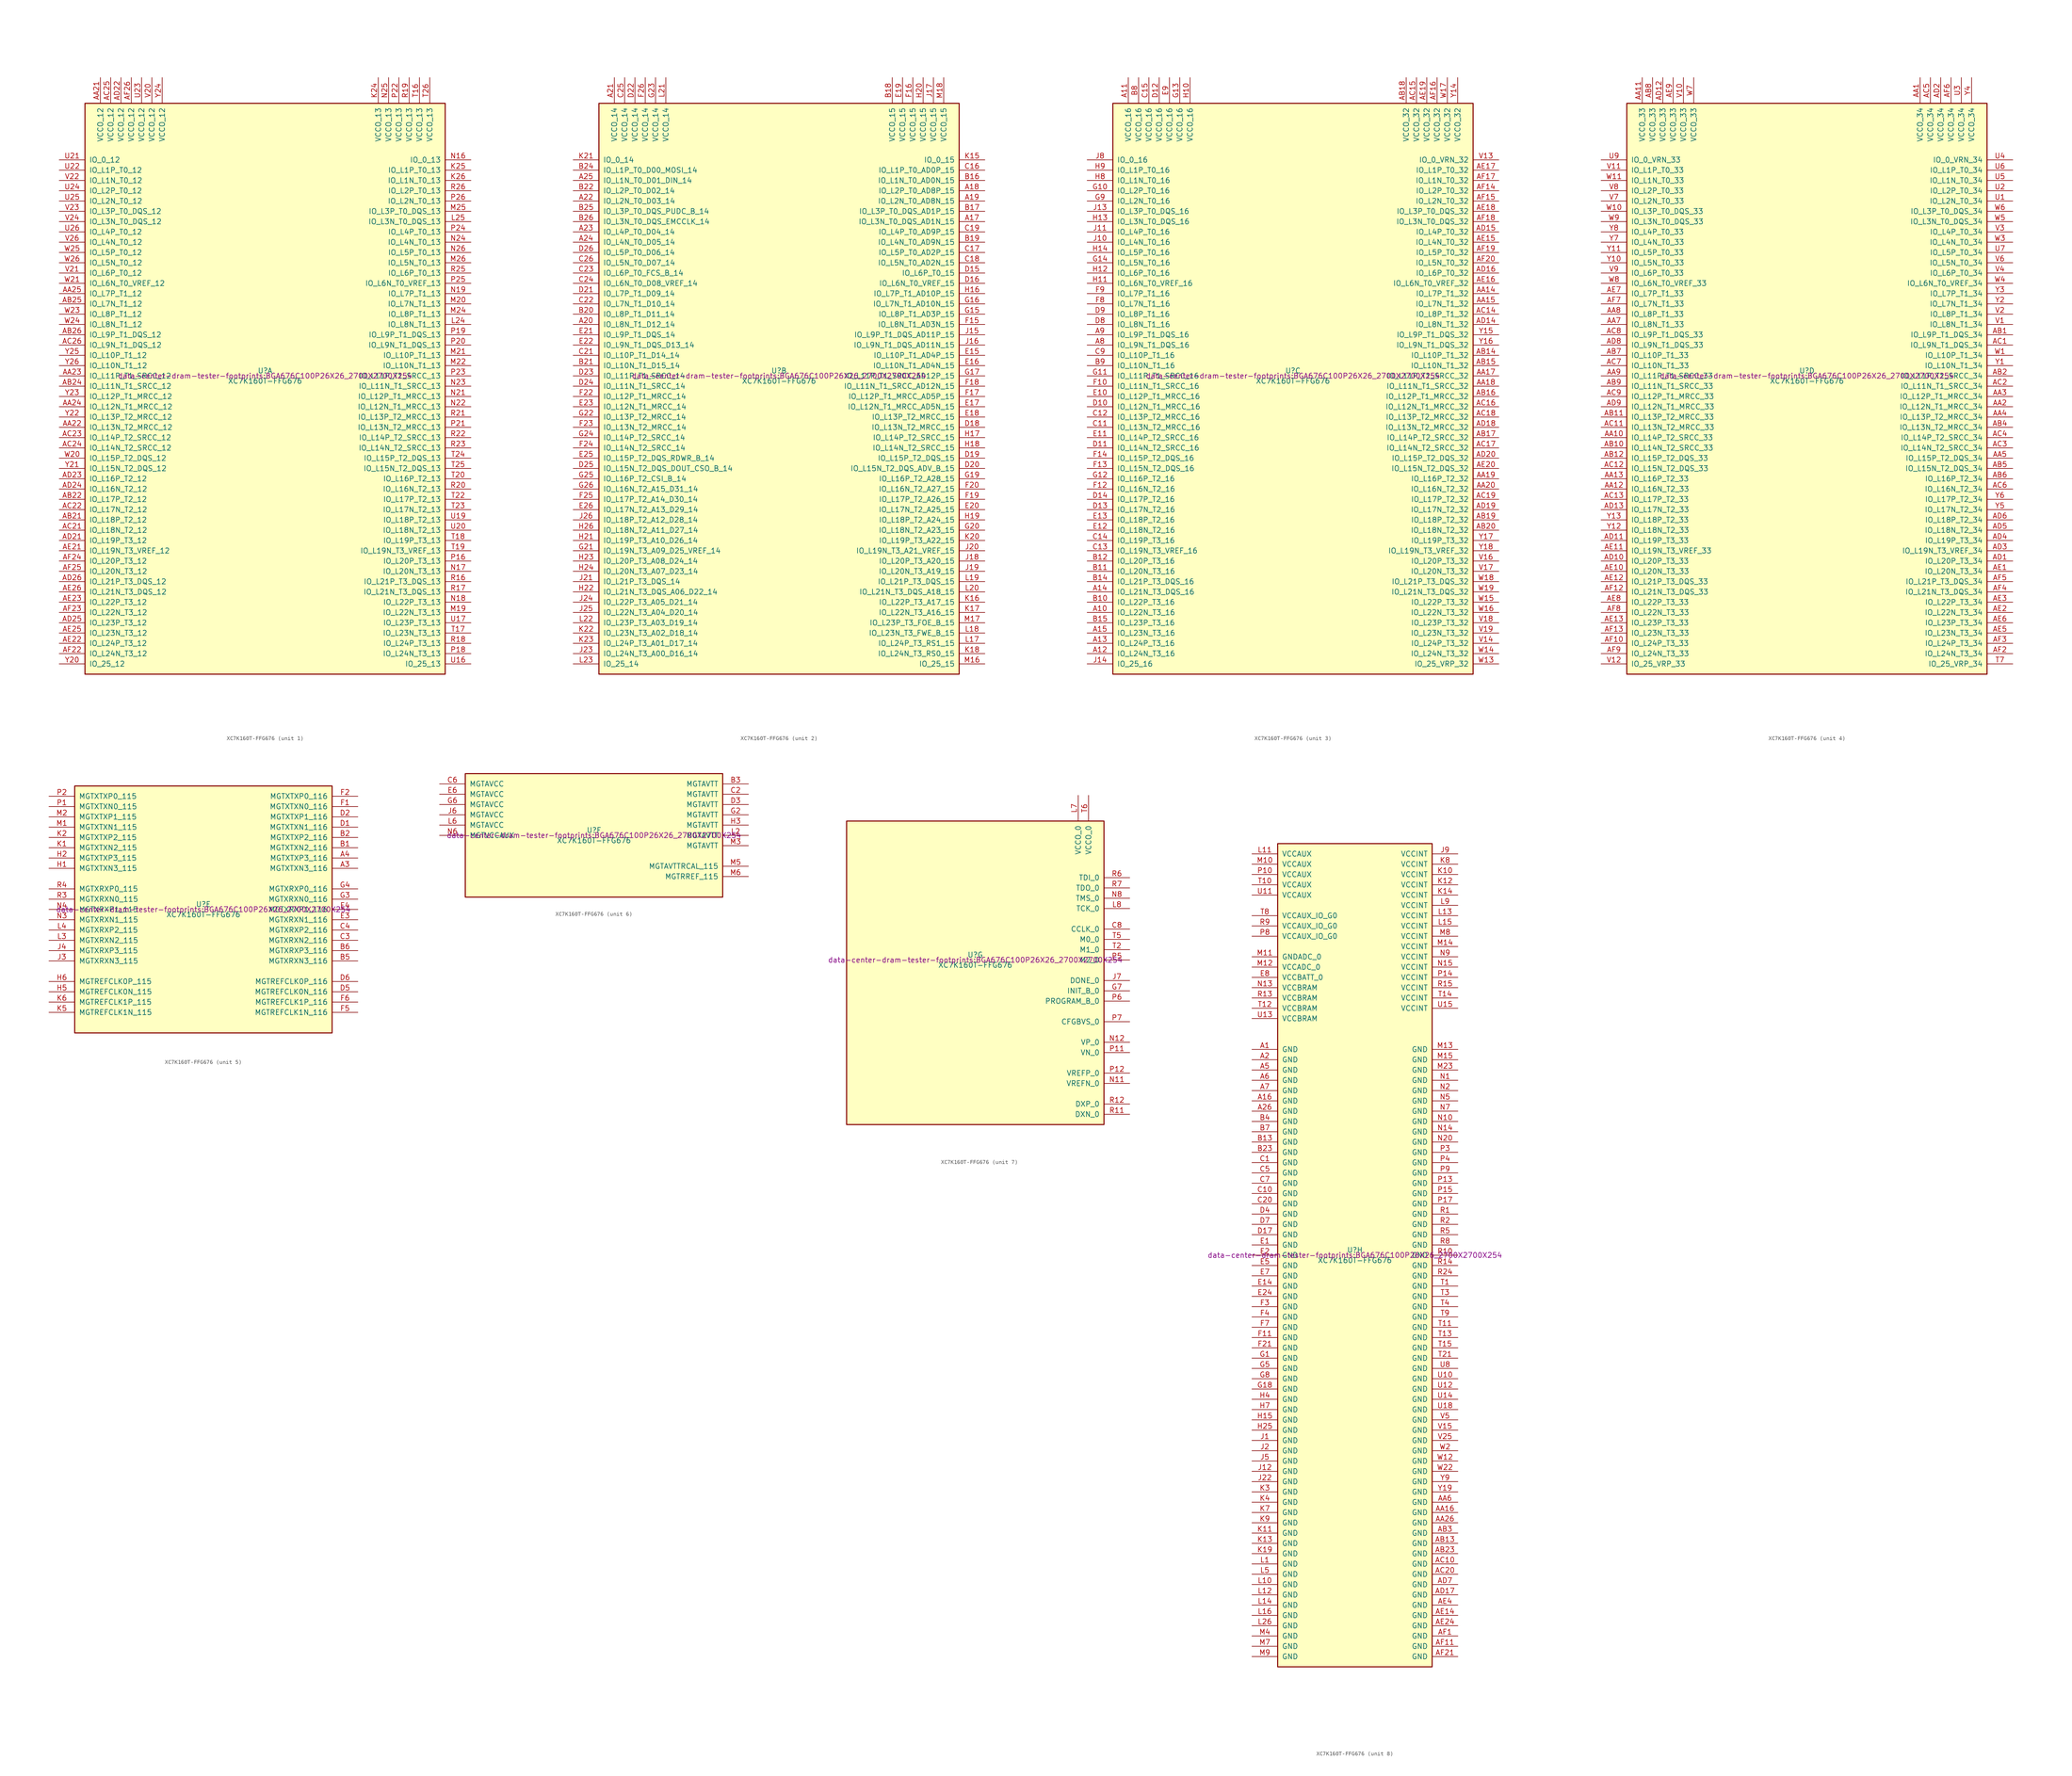
<source format=kicad_sym>
(kicad_symbol_lib
  (version 20211014)
  (generator kicad_symbol_editor)
  (symbol "XC7K160T-FFG676"
    (pin_names
      (offset 1.016))
    (property "Reference" "U"
      (at 0 1.27 0)
      (effects (font (size 1.27 1.27))))
    (property "Value" "XC7K160T-FFG676"
      (at 0 -1.27 0)
      (effects (font (size 1.27 1.27))))
    (property "Footprint" "data-center-dram-tester-footprints:BGA676C100P26X26_2700X2700X254"
      (at 0 0 0)
      (effects (font (size 1.27 1.27))))
    (property "Datasheet" ""
      (at 0 0 0)
      (effects (font (size 1.27 1.27))))
    (property "ki_locked" ""
      (at 0 0 0)
      (effects (font (size 1.27 1.27))))
    (symbol "XC7K160T-FFG676_1_1"
      (rectangle (start -44.45 67.31) (end 44.45 -73.66) (stroke (width 0.254) (type default) (color 0 0 0 0)) (fill (type background)))
      (pin power_in line (at -40.64 73.66 270) (length 6.35) (name "VCCO_12" (effects (font (size 1.27 1.27)))) (number "AA21" (effects (font (size 1.27 1.27)))))
      (pin bidirectional line (at -50.8 -12.7 0) (length 6.35) (name "IO_L13N_T2_MRCC_12" (effects (font (size 1.27 1.27)))) (number "AA22" (effects (font (size 1.27 1.27)))))
      (pin bidirectional line (at -50.8 0 0) (length 6.35) (name "IO_L11P_T1_SRCC_12" (effects (font (size 1.27 1.27)))) (number "AA23" (effects (font (size 1.27 1.27)))))
      (pin bidirectional line (at -50.8 -7.62 0) (length 6.35) (name "IO_L12N_T1_MRCC_12" (effects (font (size 1.27 1.27)))) (number "AA24" (effects (font (size 1.27 1.27)))))
      (pin bidirectional line (at -50.8 20.32 0) (length 6.35) (name "IO_L7P_T1_12" (effects (font (size 1.27 1.27)))) (number "AA25" (effects (font (size 1.27 1.27)))))
      (pin bidirectional line (at -50.8 -35.56 0) (length 6.35) (name "IO_L18P_T2_12" (effects (font (size 1.27 1.27)))) (number "AB21" (effects (font (size 1.27 1.27)))))
      (pin bidirectional line (at -50.8 -30.48 0) (length 6.35) (name "IO_L17P_T2_12" (effects (font (size 1.27 1.27)))) (number "AB22" (effects (font (size 1.27 1.27)))))
      (pin bidirectional line (at -50.8 -2.54 0) (length 6.35) (name "IO_L11N_T1_SRCC_12" (effects (font (size 1.27 1.27)))) (number "AB24" (effects (font (size 1.27 1.27)))))
      (pin bidirectional line (at -50.8 17.78 0) (length 6.35) (name "IO_L7N_T1_12" (effects (font (size 1.27 1.27)))) (number "AB25" (effects (font (size 1.27 1.27)))))
      (pin bidirectional line (at -50.8 10.16 0) (length 6.35) (name "IO_L9P_T1_DQS_12" (effects (font (size 1.27 1.27)))) (number "AB26" (effects (font (size 1.27 1.27)))))
      (pin bidirectional line (at -50.8 -38.1 0) (length 6.35) (name "IO_L18N_T2_12" (effects (font (size 1.27 1.27)))) (number "AC21" (effects (font (size 1.27 1.27)))))
      (pin bidirectional line (at -50.8 -33.02 0) (length 6.35) (name "IO_L17N_T2_12" (effects (font (size 1.27 1.27)))) (number "AC22" (effects (font (size 1.27 1.27)))))
      (pin bidirectional line (at -50.8 -15.24 0) (length 6.35) (name "IO_L14P_T2_SRCC_12" (effects (font (size 1.27 1.27)))) (number "AC23" (effects (font (size 1.27 1.27)))))
      (pin bidirectional line (at -50.8 -17.78 0) (length 6.35) (name "IO_L14N_T2_SRCC_12" (effects (font (size 1.27 1.27)))) (number "AC24" (effects (font (size 1.27 1.27)))))
      (pin power_in line (at -38.1 73.66 270) (length 6.35) (name "VCCO_12" (effects (font (size 1.27 1.27)))) (number "AC25" (effects (font (size 1.27 1.27)))))
      (pin bidirectional line (at -50.8 7.62 0) (length 6.35) (name "IO_L9N_T1_DQS_12" (effects (font (size 1.27 1.27)))) (number "AC26" (effects (font (size 1.27 1.27)))))
      (pin bidirectional line (at -50.8 -40.64 0) (length 6.35) (name "IO_L19P_T3_12" (effects (font (size 1.27 1.27)))) (number "AD21" (effects (font (size 1.27 1.27)))))
      (pin power_in line (at -35.56 73.66 270) (length 6.35) (name "VCCO_12" (effects (font (size 1.27 1.27)))) (number "AD22" (effects (font (size 1.27 1.27)))))
      (pin bidirectional line (at -50.8 -25.4 0) (length 6.35) (name "IO_L16P_T2_12" (effects (font (size 1.27 1.27)))) (number "AD23" (effects (font (size 1.27 1.27)))))
      (pin bidirectional line (at -50.8 -27.94 0) (length 6.35) (name "IO_L16N_T2_12" (effects (font (size 1.27 1.27)))) (number "AD24" (effects (font (size 1.27 1.27)))))
      (pin bidirectional line (at -50.8 -60.96 0) (length 6.35) (name "IO_L23P_T3_12" (effects (font (size 1.27 1.27)))) (number "AD25" (effects (font (size 1.27 1.27)))))
      (pin bidirectional line (at -50.8 -50.8 0) (length 6.35) (name "IO_L21P_T3_DQS_12" (effects (font (size 1.27 1.27)))) (number "AD26" (effects (font (size 1.27 1.27)))))
      (pin bidirectional line (at -50.8 -43.18 0) (length 6.35) (name "IO_L19N_T3_VREF_12" (effects (font (size 1.27 1.27)))) (number "AE21" (effects (font (size 1.27 1.27)))))
      (pin bidirectional line (at -50.8 -66.04 0) (length 6.35) (name "IO_L24P_T3_12" (effects (font (size 1.27 1.27)))) (number "AE22" (effects (font (size 1.27 1.27)))))
      (pin bidirectional line (at -50.8 -55.88 0) (length 6.35) (name "IO_L22P_T3_12" (effects (font (size 1.27 1.27)))) (number "AE23" (effects (font (size 1.27 1.27)))))
      (pin bidirectional line (at -50.8 -63.5 0) (length 6.35) (name "IO_L23N_T3_12" (effects (font (size 1.27 1.27)))) (number "AE25" (effects (font (size 1.27 1.27)))))
      (pin bidirectional line (at -50.8 -53.34 0) (length 6.35) (name "IO_L21N_T3_DQS_12" (effects (font (size 1.27 1.27)))) (number "AE26" (effects (font (size 1.27 1.27)))))
      (pin bidirectional line (at -50.8 -68.58 0) (length 6.35) (name "IO_L24N_T3_12" (effects (font (size 1.27 1.27)))) (number "AF22" (effects (font (size 1.27 1.27)))))
      (pin bidirectional line (at -50.8 -58.42 0) (length 6.35) (name "IO_L22N_T3_12" (effects (font (size 1.27 1.27)))) (number "AF23" (effects (font (size 1.27 1.27)))))
      (pin bidirectional line (at -50.8 -45.72 0) (length 6.35) (name "IO_L20P_T3_12" (effects (font (size 1.27 1.27)))) (number "AF24" (effects (font (size 1.27 1.27)))))
      (pin bidirectional line (at -50.8 -48.26 0) (length 6.35) (name "IO_L20N_T3_12" (effects (font (size 1.27 1.27)))) (number "AF25" (effects (font (size 1.27 1.27)))))
      (pin power_in line (at -33.02 73.66 270) (length 6.35) (name "VCCO_12" (effects (font (size 1.27 1.27)))) (number "AF26" (effects (font (size 1.27 1.27)))))
      (pin power_in line (at 27.94 73.66 270) (length 6.35) (name "VCCO_13" (effects (font (size 1.27 1.27)))) (number "K24" (effects (font (size 1.27 1.27)))))
      (pin bidirectional line (at 50.8 50.8 180) (length 6.35) (name "IO_L1P_T0_13" (effects (font (size 1.27 1.27)))) (number "K25" (effects (font (size 1.27 1.27)))))
      (pin bidirectional line (at 50.8 48.26 180) (length 6.35) (name "IO_L1N_T0_13" (effects (font (size 1.27 1.27)))) (number "K26" (effects (font (size 1.27 1.27)))))
      (pin bidirectional line (at 50.8 12.7 180) (length 6.35) (name "IO_L8N_T1_13" (effects (font (size 1.27 1.27)))) (number "L24" (effects (font (size 1.27 1.27)))))
      (pin bidirectional line (at 50.8 38.1 180) (length 6.35) (name "IO_L3N_T0_DQS_13" (effects (font (size 1.27 1.27)))) (number "L25" (effects (font (size 1.27 1.27)))))
      (pin bidirectional line (at 50.8 -58.42 180) (length 6.35) (name "IO_L22N_T3_13" (effects (font (size 1.27 1.27)))) (number "M19" (effects (font (size 1.27 1.27)))))
      (pin bidirectional line (at 50.8 17.78 180) (length 6.35) (name "IO_L7N_T1_13" (effects (font (size 1.27 1.27)))) (number "M20" (effects (font (size 1.27 1.27)))))
      (pin bidirectional line (at 50.8 5.08 180) (length 6.35) (name "IO_L10P_T1_13" (effects (font (size 1.27 1.27)))) (number "M21" (effects (font (size 1.27 1.27)))))
      (pin bidirectional line (at 50.8 2.54 180) (length 6.35) (name "IO_L10N_T1_13" (effects (font (size 1.27 1.27)))) (number "M22" (effects (font (size 1.27 1.27)))))
      (pin bidirectional line (at 50.8 15.24 180) (length 6.35) (name "IO_L8P_T1_13" (effects (font (size 1.27 1.27)))) (number "M24" (effects (font (size 1.27 1.27)))))
      (pin bidirectional line (at 50.8 40.64 180) (length 6.35) (name "IO_L3P_T0_DQS_13" (effects (font (size 1.27 1.27)))) (number "M25" (effects (font (size 1.27 1.27)))))
      (pin bidirectional line (at 50.8 27.94 180) (length 6.35) (name "IO_L5N_T0_13" (effects (font (size 1.27 1.27)))) (number "M26" (effects (font (size 1.27 1.27)))))
      (pin bidirectional line (at 50.8 53.34 180) (length 6.35) (name "IO_0_13" (effects (font (size 1.27 1.27)))) (number "N16" (effects (font (size 1.27 1.27)))))
      (pin bidirectional line (at 50.8 -48.26 180) (length 6.35) (name "IO_L20N_T3_13" (effects (font (size 1.27 1.27)))) (number "N17" (effects (font (size 1.27 1.27)))))
      (pin bidirectional line (at 50.8 -55.88 180) (length 6.35) (name "IO_L22P_T3_13" (effects (font (size 1.27 1.27)))) (number "N18" (effects (font (size 1.27 1.27)))))
      (pin bidirectional line (at 50.8 20.32 180) (length 6.35) (name "IO_L7P_T1_13" (effects (font (size 1.27 1.27)))) (number "N19" (effects (font (size 1.27 1.27)))))
      (pin bidirectional line (at 50.8 -5.08 180) (length 6.35) (name "IO_L12P_T1_MRCC_13" (effects (font (size 1.27 1.27)))) (number "N21" (effects (font (size 1.27 1.27)))))
      (pin bidirectional line (at 50.8 -7.62 180) (length 6.35) (name "IO_L12N_T1_MRCC_13" (effects (font (size 1.27 1.27)))) (number "N22" (effects (font (size 1.27 1.27)))))
      (pin bidirectional line (at 50.8 -2.54 180) (length 6.35) (name "IO_L11N_T1_SRCC_13" (effects (font (size 1.27 1.27)))) (number "N23" (effects (font (size 1.27 1.27)))))
      (pin bidirectional line (at 50.8 33.02 180) (length 6.35) (name "IO_L4N_T0_13" (effects (font (size 1.27 1.27)))) (number "N24" (effects (font (size 1.27 1.27)))))
      (pin power_in line (at 30.48 73.66 270) (length 6.35) (name "VCCO_13" (effects (font (size 1.27 1.27)))) (number "N25" (effects (font (size 1.27 1.27)))))
      (pin bidirectional line (at 50.8 30.48 180) (length 6.35) (name "IO_L5P_T0_13" (effects (font (size 1.27 1.27)))) (number "N26" (effects (font (size 1.27 1.27)))))
      (pin bidirectional line (at 50.8 -45.72 180) (length 6.35) (name "IO_L20P_T3_13" (effects (font (size 1.27 1.27)))) (number "P16" (effects (font (size 1.27 1.27)))))
      (pin bidirectional line (at 50.8 -68.58 180) (length 6.35) (name "IO_L24N_T3_13" (effects (font (size 1.27 1.27)))) (number "P18" (effects (font (size 1.27 1.27)))))
      (pin bidirectional line (at 50.8 10.16 180) (length 6.35) (name "IO_L9P_T1_DQS_13" (effects (font (size 1.27 1.27)))) (number "P19" (effects (font (size 1.27 1.27)))))
      (pin bidirectional line (at 50.8 7.62 180) (length 6.35) (name "IO_L9N_T1_DQS_13" (effects (font (size 1.27 1.27)))) (number "P20" (effects (font (size 1.27 1.27)))))
      (pin bidirectional line (at 50.8 -12.7 180) (length 6.35) (name "IO_L13N_T2_MRCC_13" (effects (font (size 1.27 1.27)))) (number "P21" (effects (font (size 1.27 1.27)))))
      (pin power_in line (at 33.02 73.66 270) (length 6.35) (name "VCCO_13" (effects (font (size 1.27 1.27)))) (number "P22" (effects (font (size 1.27 1.27)))))
      (pin bidirectional line (at 50.8 0 180) (length 6.35) (name "IO_L11P_T1_SRCC_13" (effects (font (size 1.27 1.27)))) (number "P23" (effects (font (size 1.27 1.27)))))
      (pin bidirectional line (at 50.8 35.56 180) (length 6.35) (name "IO_L4P_T0_13" (effects (font (size 1.27 1.27)))) (number "P24" (effects (font (size 1.27 1.27)))))
      (pin bidirectional line (at 50.8 22.86 180) (length 6.35) (name "IO_L6N_T0_VREF_13" (effects (font (size 1.27 1.27)))) (number "P25" (effects (font (size 1.27 1.27)))))
      (pin bidirectional line (at 50.8 43.18 180) (length 6.35) (name "IO_L2N_T0_13" (effects (font (size 1.27 1.27)))) (number "P26" (effects (font (size 1.27 1.27)))))
      (pin bidirectional line (at 50.8 -50.8 180) (length 6.35) (name "IO_L21P_T3_DQS_13" (effects (font (size 1.27 1.27)))) (number "R16" (effects (font (size 1.27 1.27)))))
      (pin bidirectional line (at 50.8 -53.34 180) (length 6.35) (name "IO_L21N_T3_DQS_13" (effects (font (size 1.27 1.27)))) (number "R17" (effects (font (size 1.27 1.27)))))
      (pin bidirectional line (at 50.8 -66.04 180) (length 6.35) (name "IO_L24P_T3_13" (effects (font (size 1.27 1.27)))) (number "R18" (effects (font (size 1.27 1.27)))))
      (pin power_in line (at 35.56 73.66 270) (length 6.35) (name "VCCO_13" (effects (font (size 1.27 1.27)))) (number "R19" (effects (font (size 1.27 1.27)))))
      (pin bidirectional line (at 50.8 -27.94 180) (length 6.35) (name "IO_L16N_T2_13" (effects (font (size 1.27 1.27)))) (number "R20" (effects (font (size 1.27 1.27)))))
      (pin bidirectional line (at 50.8 -10.16 180) (length 6.35) (name "IO_L13P_T2_MRCC_13" (effects (font (size 1.27 1.27)))) (number "R21" (effects (font (size 1.27 1.27)))))
      (pin bidirectional line (at 50.8 -15.24 180) (length 6.35) (name "IO_L14P_T2_SRCC_13" (effects (font (size 1.27 1.27)))) (number "R22" (effects (font (size 1.27 1.27)))))
      (pin bidirectional line (at 50.8 -17.78 180) (length 6.35) (name "IO_L14N_T2_SRCC_13" (effects (font (size 1.27 1.27)))) (number "R23" (effects (font (size 1.27 1.27)))))
      (pin bidirectional line (at 50.8 25.4 180) (length 6.35) (name "IO_L6P_T0_13" (effects (font (size 1.27 1.27)))) (number "R25" (effects (font (size 1.27 1.27)))))
      (pin bidirectional line (at 50.8 45.72 180) (length 6.35) (name "IO_L2P_T0_13" (effects (font (size 1.27 1.27)))) (number "R26" (effects (font (size 1.27 1.27)))))
      (pin power_in line (at 38.1 73.66 270) (length 6.35) (name "VCCO_13" (effects (font (size 1.27 1.27)))) (number "T16" (effects (font (size 1.27 1.27)))))
      (pin bidirectional line (at 50.8 -63.5 180) (length 6.35) (name "IO_L23N_T3_13" (effects (font (size 1.27 1.27)))) (number "T17" (effects (font (size 1.27 1.27)))))
      (pin bidirectional line (at 50.8 -40.64 180) (length 6.35) (name "IO_L19P_T3_13" (effects (font (size 1.27 1.27)))) (number "T18" (effects (font (size 1.27 1.27)))))
      (pin bidirectional line (at 50.8 -43.18 180) (length 6.35) (name "IO_L19N_T3_VREF_13" (effects (font (size 1.27 1.27)))) (number "T19" (effects (font (size 1.27 1.27)))))
      (pin bidirectional line (at 50.8 -25.4 180) (length 6.35) (name "IO_L16P_T2_13" (effects (font (size 1.27 1.27)))) (number "T20" (effects (font (size 1.27 1.27)))))
      (pin bidirectional line (at 50.8 -30.48 180) (length 6.35) (name "IO_L17P_T2_13" (effects (font (size 1.27 1.27)))) (number "T22" (effects (font (size 1.27 1.27)))))
      (pin bidirectional line (at 50.8 -33.02 180) (length 6.35) (name "IO_L17N_T2_13" (effects (font (size 1.27 1.27)))) (number "T23" (effects (font (size 1.27 1.27)))))
      (pin bidirectional line (at 50.8 -20.32 180) (length 6.35) (name "IO_L15P_T2_DQS_13" (effects (font (size 1.27 1.27)))) (number "T24" (effects (font (size 1.27 1.27)))))
      (pin bidirectional line (at 50.8 -22.86 180) (length 6.35) (name "IO_L15N_T2_DQS_13" (effects (font (size 1.27 1.27)))) (number "T25" (effects (font (size 1.27 1.27)))))
      (pin power_in line (at 40.64 73.66 270) (length 6.35) (name "VCCO_13" (effects (font (size 1.27 1.27)))) (number "T26" (effects (font (size 1.27 1.27)))))
      (pin bidirectional line (at 50.8 -71.12 180) (length 6.35) (name "IO_25_13" (effects (font (size 1.27 1.27)))) (number "U16" (effects (font (size 1.27 1.27)))))
      (pin bidirectional line (at 50.8 -60.96 180) (length 6.35) (name "IO_L23P_T3_13" (effects (font (size 1.27 1.27)))) (number "U17" (effects (font (size 1.27 1.27)))))
      (pin bidirectional line (at 50.8 -35.56 180) (length 6.35) (name "IO_L18P_T2_13" (effects (font (size 1.27 1.27)))) (number "U19" (effects (font (size 1.27 1.27)))))
      (pin bidirectional line (at 50.8 -38.1 180) (length 6.35) (name "IO_L18N_T2_13" (effects (font (size 1.27 1.27)))) (number "U20" (effects (font (size 1.27 1.27)))))
      (pin bidirectional line (at -50.8 53.34 0) (length 6.35) (name "IO_0_12" (effects (font (size 1.27 1.27)))) (number "U21" (effects (font (size 1.27 1.27)))))
      (pin bidirectional line (at -50.8 50.8 0) (length 6.35) (name "IO_L1P_T0_12" (effects (font (size 1.27 1.27)))) (number "U22" (effects (font (size 1.27 1.27)))))
      (pin power_in line (at -30.48 73.66 270) (length 6.35) (name "VCCO_12" (effects (font (size 1.27 1.27)))) (number "U23" (effects (font (size 1.27 1.27)))))
      (pin bidirectional line (at -50.8 45.72 0) (length 6.35) (name "IO_L2P_T0_12" (effects (font (size 1.27 1.27)))) (number "U24" (effects (font (size 1.27 1.27)))))
      (pin bidirectional line (at -50.8 43.18 0) (length 6.35) (name "IO_L2N_T0_12" (effects (font (size 1.27 1.27)))) (number "U25" (effects (font (size 1.27 1.27)))))
      (pin bidirectional line (at -50.8 35.56 0) (length 6.35) (name "IO_L4P_T0_12" (effects (font (size 1.27 1.27)))) (number "U26" (effects (font (size 1.27 1.27)))))
      (pin power_in line (at -27.94 73.66 270) (length 6.35) (name "VCCO_12" (effects (font (size 1.27 1.27)))) (number "V20" (effects (font (size 1.27 1.27)))))
      (pin bidirectional line (at -50.8 25.4 0) (length 6.35) (name "IO_L6P_T0_12" (effects (font (size 1.27 1.27)))) (number "V21" (effects (font (size 1.27 1.27)))))
      (pin bidirectional line (at -50.8 48.26 0) (length 6.35) (name "IO_L1N_T0_12" (effects (font (size 1.27 1.27)))) (number "V22" (effects (font (size 1.27 1.27)))))
      (pin bidirectional line (at -50.8 40.64 0) (length 6.35) (name "IO_L3P_T0_DQS_12" (effects (font (size 1.27 1.27)))) (number "V23" (effects (font (size 1.27 1.27)))))
      (pin bidirectional line (at -50.8 38.1 0) (length 6.35) (name "IO_L3N_T0_DQS_12" (effects (font (size 1.27 1.27)))) (number "V24" (effects (font (size 1.27 1.27)))))
      (pin bidirectional line (at -50.8 33.02 0) (length 6.35) (name "IO_L4N_T0_12" (effects (font (size 1.27 1.27)))) (number "V26" (effects (font (size 1.27 1.27)))))
      (pin bidirectional line (at -50.8 -20.32 0) (length 6.35) (name "IO_L15P_T2_DQS_12" (effects (font (size 1.27 1.27)))) (number "W20" (effects (font (size 1.27 1.27)))))
      (pin bidirectional line (at -50.8 22.86 0) (length 6.35) (name "IO_L6N_T0_VREF_12" (effects (font (size 1.27 1.27)))) (number "W21" (effects (font (size 1.27 1.27)))))
      (pin bidirectional line (at -50.8 15.24 0) (length 6.35) (name "IO_L8P_T1_12" (effects (font (size 1.27 1.27)))) (number "W23" (effects (font (size 1.27 1.27)))))
      (pin bidirectional line (at -50.8 12.7 0) (length 6.35) (name "IO_L8N_T1_12" (effects (font (size 1.27 1.27)))) (number "W24" (effects (font (size 1.27 1.27)))))
      (pin bidirectional line (at -50.8 30.48 0) (length 6.35) (name "IO_L5P_T0_12" (effects (font (size 1.27 1.27)))) (number "W25" (effects (font (size 1.27 1.27)))))
      (pin bidirectional line (at -50.8 27.94 0) (length 6.35) (name "IO_L5N_T0_12" (effects (font (size 1.27 1.27)))) (number "W26" (effects (font (size 1.27 1.27)))))
      (pin bidirectional line (at -50.8 -71.12 0) (length 6.35) (name "IO_25_12" (effects (font (size 1.27 1.27)))) (number "Y20" (effects (font (size 1.27 1.27)))))
      (pin bidirectional line (at -50.8 -22.86 0) (length 6.35) (name "IO_L15N_T2_DQS_12" (effects (font (size 1.27 1.27)))) (number "Y21" (effects (font (size 1.27 1.27)))))
      (pin bidirectional line (at -50.8 -10.16 0) (length 6.35) (name "IO_L13P_T2_MRCC_12" (effects (font (size 1.27 1.27)))) (number "Y22" (effects (font (size 1.27 1.27)))))
      (pin bidirectional line (at -50.8 -5.08 0) (length 6.35) (name "IO_L12P_T1_MRCC_12" (effects (font (size 1.27 1.27)))) (number "Y23" (effects (font (size 1.27 1.27)))))
      (pin power_in line (at -25.4 73.66 270) (length 6.35) (name "VCCO_12" (effects (font (size 1.27 1.27)))) (number "Y24" (effects (font (size 1.27 1.27)))))
      (pin bidirectional line (at -50.8 5.08 0) (length 6.35) (name "IO_L10P_T1_12" (effects (font (size 1.27 1.27)))) (number "Y25" (effects (font (size 1.27 1.27)))))
      (pin bidirectional line (at -50.8 2.54 0) (length 6.35) (name "IO_L10N_T1_12" (effects (font (size 1.27 1.27)))) (number "Y26" (effects (font (size 1.27 1.27))))))
    (symbol "XC7K160T-FFG676_2_1"
      (rectangle (start -44.45 67.31) (end 44.45 -73.66) (stroke (width 0.254) (type default) (color 0 0 0 0)) (fill (type background)))
      (pin bidirectional line (at 50.8 38.1 180) (length 6.35) (name "IO_L3N_T0_DQS_AD1N_15" (effects (font (size 1.27 1.27)))) (number "A17" (effects (font (size 1.27 1.27)))))
      (pin bidirectional line (at 50.8 45.72 180) (length 6.35) (name "IO_L2P_T0_AD8P_15" (effects (font (size 1.27 1.27)))) (number "A18" (effects (font (size 1.27 1.27)))))
      (pin bidirectional line (at 50.8 43.18 180) (length 6.35) (name "IO_L2N_T0_AD8N_15" (effects (font (size 1.27 1.27)))) (number "A19" (effects (font (size 1.27 1.27)))))
      (pin bidirectional line (at -50.8 12.7 0) (length 6.35) (name "IO_L8N_T1_D12_14" (effects (font (size 1.27 1.27)))) (number "A20" (effects (font (size 1.27 1.27)))))
      (pin power_in line (at -40.64 73.66 270) (length 6.35) (name "VCCO_14" (effects (font (size 1.27 1.27)))) (number "A21" (effects (font (size 1.27 1.27)))))
      (pin bidirectional line (at -50.8 43.18 0) (length 6.35) (name "IO_L2N_T0_D03_14" (effects (font (size 1.27 1.27)))) (number "A22" (effects (font (size 1.27 1.27)))))
      (pin bidirectional line (at -50.8 35.56 0) (length 6.35) (name "IO_L4P_T0_D04_14" (effects (font (size 1.27 1.27)))) (number "A23" (effects (font (size 1.27 1.27)))))
      (pin bidirectional line (at -50.8 33.02 0) (length 6.35) (name "IO_L4N_T0_D05_14" (effects (font (size 1.27 1.27)))) (number "A24" (effects (font (size 1.27 1.27)))))
      (pin bidirectional line (at -50.8 48.26 0) (length 6.35) (name "IO_L1N_T0_D01_DIN_14" (effects (font (size 1.27 1.27)))) (number "A25" (effects (font (size 1.27 1.27)))))
      (pin bidirectional line (at 50.8 48.26 180) (length 6.35) (name "IO_L1N_T0_AD0N_15" (effects (font (size 1.27 1.27)))) (number "B16" (effects (font (size 1.27 1.27)))))
      (pin bidirectional line (at 50.8 40.64 180) (length 6.35) (name "IO_L3P_T0_DQS_AD1P_15" (effects (font (size 1.27 1.27)))) (number "B17" (effects (font (size 1.27 1.27)))))
      (pin power_in line (at 27.94 73.66 270) (length 6.35) (name "VCCO_15" (effects (font (size 1.27 1.27)))) (number "B18" (effects (font (size 1.27 1.27)))))
      (pin bidirectional line (at 50.8 33.02 180) (length 6.35) (name "IO_L4N_T0_AD9N_15" (effects (font (size 1.27 1.27)))) (number "B19" (effects (font (size 1.27 1.27)))))
      (pin bidirectional line (at -50.8 15.24 0) (length 6.35) (name "IO_L8P_T1_D11_14" (effects (font (size 1.27 1.27)))) (number "B20" (effects (font (size 1.27 1.27)))))
      (pin bidirectional line (at -50.8 2.54 0) (length 6.35) (name "IO_L10N_T1_D15_14" (effects (font (size 1.27 1.27)))) (number "B21" (effects (font (size 1.27 1.27)))))
      (pin bidirectional line (at -50.8 45.72 0) (length 6.35) (name "IO_L2P_T0_D02_14" (effects (font (size 1.27 1.27)))) (number "B22" (effects (font (size 1.27 1.27)))))
      (pin bidirectional line (at -50.8 50.8 0) (length 6.35) (name "IO_L1P_T0_D00_MOSI_14" (effects (font (size 1.27 1.27)))) (number "B24" (effects (font (size 1.27 1.27)))))
      (pin bidirectional line (at -50.8 40.64 0) (length 6.35) (name "IO_L3P_T0_DQS_PUDC_B_14" (effects (font (size 1.27 1.27)))) (number "B25" (effects (font (size 1.27 1.27)))))
      (pin bidirectional line (at -50.8 38.1 0) (length 6.35) (name "IO_L3N_T0_DQS_EMCCLK_14" (effects (font (size 1.27 1.27)))) (number "B26" (effects (font (size 1.27 1.27)))))
      (pin bidirectional line (at 50.8 50.8 180) (length 6.35) (name "IO_L1P_T0_AD0P_15" (effects (font (size 1.27 1.27)))) (number "C16" (effects (font (size 1.27 1.27)))))
      (pin bidirectional line (at 50.8 30.48 180) (length 6.35) (name "IO_L5P_T0_AD2P_15" (effects (font (size 1.27 1.27)))) (number "C17" (effects (font (size 1.27 1.27)))))
      (pin bidirectional line (at 50.8 27.94 180) (length 6.35) (name "IO_L5N_T0_AD2N_15" (effects (font (size 1.27 1.27)))) (number "C18" (effects (font (size 1.27 1.27)))))
      (pin bidirectional line (at 50.8 35.56 180) (length 6.35) (name "IO_L4P_T0_AD9P_15" (effects (font (size 1.27 1.27)))) (number "C19" (effects (font (size 1.27 1.27)))))
      (pin bidirectional line (at -50.8 5.08 0) (length 6.35) (name "IO_L10P_T1_D14_14" (effects (font (size 1.27 1.27)))) (number "C21" (effects (font (size 1.27 1.27)))))
      (pin bidirectional line (at -50.8 17.78 0) (length 6.35) (name "IO_L7N_T1_D10_14" (effects (font (size 1.27 1.27)))) (number "C22" (effects (font (size 1.27 1.27)))))
      (pin bidirectional line (at -50.8 25.4 0) (length 6.35) (name "IO_L6P_T0_FCS_B_14" (effects (font (size 1.27 1.27)))) (number "C23" (effects (font (size 1.27 1.27)))))
      (pin bidirectional line (at -50.8 22.86 0) (length 6.35) (name "IO_L6N_T0_D08_VREF_14" (effects (font (size 1.27 1.27)))) (number "C24" (effects (font (size 1.27 1.27)))))
      (pin power_in line (at -38.1 73.66 270) (length 6.35) (name "VCCO_14" (effects (font (size 1.27 1.27)))) (number "C25" (effects (font (size 1.27 1.27)))))
      (pin bidirectional line (at -50.8 27.94 0) (length 6.35) (name "IO_L5N_T0_D07_14" (effects (font (size 1.27 1.27)))) (number "C26" (effects (font (size 1.27 1.27)))))
      (pin bidirectional line (at 50.8 25.4 180) (length 6.35) (name "IO_L6P_T0_15" (effects (font (size 1.27 1.27)))) (number "D15" (effects (font (size 1.27 1.27)))))
      (pin bidirectional line (at 50.8 22.86 180) (length 6.35) (name "IO_L6N_T0_VREF_15" (effects (font (size 1.27 1.27)))) (number "D16" (effects (font (size 1.27 1.27)))))
      (pin bidirectional line (at 50.8 -12.7 180) (length 6.35) (name "IO_L13N_T2_MRCC_15" (effects (font (size 1.27 1.27)))) (number "D18" (effects (font (size 1.27 1.27)))))
      (pin bidirectional line (at 50.8 -20.32 180) (length 6.35) (name "IO_L15P_T2_DQS_15" (effects (font (size 1.27 1.27)))) (number "D19" (effects (font (size 1.27 1.27)))))
      (pin bidirectional line (at 50.8 -22.86 180) (length 6.35) (name "IO_L15N_T2_DQS_ADV_B_15" (effects (font (size 1.27 1.27)))) (number "D20" (effects (font (size 1.27 1.27)))))
      (pin bidirectional line (at -50.8 20.32 0) (length 6.35) (name "IO_L7P_T1_D09_14" (effects (font (size 1.27 1.27)))) (number "D21" (effects (font (size 1.27 1.27)))))
      (pin power_in line (at -35.56 73.66 270) (length 6.35) (name "VCCO_14" (effects (font (size 1.27 1.27)))) (number "D22" (effects (font (size 1.27 1.27)))))
      (pin bidirectional line (at -50.8 0 0) (length 6.35) (name "IO_L11P_T1_SRCC_14" (effects (font (size 1.27 1.27)))) (number "D23" (effects (font (size 1.27 1.27)))))
      (pin bidirectional line (at -50.8 -2.54 0) (length 6.35) (name "IO_L11N_T1_SRCC_14" (effects (font (size 1.27 1.27)))) (number "D24" (effects (font (size 1.27 1.27)))))
      (pin bidirectional line (at -50.8 -22.86 0) (length 6.35) (name "IO_L15N_T2_DQS_DOUT_CSO_B_14" (effects (font (size 1.27 1.27)))) (number "D25" (effects (font (size 1.27 1.27)))))
      (pin bidirectional line (at -50.8 30.48 0) (length 6.35) (name "IO_L5P_T0_D06_14" (effects (font (size 1.27 1.27)))) (number "D26" (effects (font (size 1.27 1.27)))))
      (pin bidirectional line (at 50.8 5.08 180) (length 6.35) (name "IO_L10P_T1_AD4P_15" (effects (font (size 1.27 1.27)))) (number "E15" (effects (font (size 1.27 1.27)))))
      (pin bidirectional line (at 50.8 2.54 180) (length 6.35) (name "IO_L10N_T1_AD4N_15" (effects (font (size 1.27 1.27)))) (number "E16" (effects (font (size 1.27 1.27)))))
      (pin bidirectional line (at 50.8 -7.62 180) (length 6.35) (name "IO_L12N_T1_MRCC_AD5N_15" (effects (font (size 1.27 1.27)))) (number "E17" (effects (font (size 1.27 1.27)))))
      (pin bidirectional line (at 50.8 -10.16 180) (length 6.35) (name "IO_L13P_T2_MRCC_15" (effects (font (size 1.27 1.27)))) (number "E18" (effects (font (size 1.27 1.27)))))
      (pin power_in line (at 30.48 73.66 270) (length 6.35) (name "VCCO_15" (effects (font (size 1.27 1.27)))) (number "E19" (effects (font (size 1.27 1.27)))))
      (pin bidirectional line (at 50.8 -33.02 180) (length 6.35) (name "IO_L17N_T2_A25_15" (effects (font (size 1.27 1.27)))) (number "E20" (effects (font (size 1.27 1.27)))))
      (pin bidirectional line (at -50.8 10.16 0) (length 6.35) (name "IO_L9P_T1_DQS_14" (effects (font (size 1.27 1.27)))) (number "E21" (effects (font (size 1.27 1.27)))))
      (pin bidirectional line (at -50.8 7.62 0) (length 6.35) (name "IO_L9N_T1_DQS_D13_14" (effects (font (size 1.27 1.27)))) (number "E22" (effects (font (size 1.27 1.27)))))
      (pin bidirectional line (at -50.8 -7.62 0) (length 6.35) (name "IO_L12N_T1_MRCC_14" (effects (font (size 1.27 1.27)))) (number "E23" (effects (font (size 1.27 1.27)))))
      (pin bidirectional line (at -50.8 -20.32 0) (length 6.35) (name "IO_L15P_T2_DQS_RDWR_B_14" (effects (font (size 1.27 1.27)))) (number "E25" (effects (font (size 1.27 1.27)))))
      (pin bidirectional line (at -50.8 -33.02 0) (length 6.35) (name "IO_L17N_T2_A13_D29_14" (effects (font (size 1.27 1.27)))) (number "E26" (effects (font (size 1.27 1.27)))))
      (pin bidirectional line (at 50.8 12.7 180) (length 6.35) (name "IO_L8N_T1_AD3N_15" (effects (font (size 1.27 1.27)))) (number "F15" (effects (font (size 1.27 1.27)))))
      (pin power_in line (at 33.02 73.66 270) (length 6.35) (name "VCCO_15" (effects (font (size 1.27 1.27)))) (number "F16" (effects (font (size 1.27 1.27)))))
      (pin bidirectional line (at 50.8 -5.08 180) (length 6.35) (name "IO_L12P_T1_MRCC_AD5P_15" (effects (font (size 1.27 1.27)))) (number "F17" (effects (font (size 1.27 1.27)))))
      (pin bidirectional line (at 50.8 -2.54 180) (length 6.35) (name "IO_L11N_T1_SRCC_AD12N_15" (effects (font (size 1.27 1.27)))) (number "F18" (effects (font (size 1.27 1.27)))))
      (pin bidirectional line (at 50.8 -30.48 180) (length 6.35) (name "IO_L17P_T2_A26_15" (effects (font (size 1.27 1.27)))) (number "F19" (effects (font (size 1.27 1.27)))))
      (pin bidirectional line (at 50.8 -27.94 180) (length 6.35) (name "IO_L16N_T2_A27_15" (effects (font (size 1.27 1.27)))) (number "F20" (effects (font (size 1.27 1.27)))))
      (pin bidirectional line (at -50.8 -5.08 0) (length 6.35) (name "IO_L12P_T1_MRCC_14" (effects (font (size 1.27 1.27)))) (number "F22" (effects (font (size 1.27 1.27)))))
      (pin bidirectional line (at -50.8 -12.7 0) (length 6.35) (name "IO_L13N_T2_MRCC_14" (effects (font (size 1.27 1.27)))) (number "F23" (effects (font (size 1.27 1.27)))))
      (pin bidirectional line (at -50.8 -17.78 0) (length 6.35) (name "IO_L14N_T2_SRCC_14" (effects (font (size 1.27 1.27)))) (number "F24" (effects (font (size 1.27 1.27)))))
      (pin bidirectional line (at -50.8 -30.48 0) (length 6.35) (name "IO_L17P_T2_A14_D30_14" (effects (font (size 1.27 1.27)))) (number "F25" (effects (font (size 1.27 1.27)))))
      (pin power_in line (at -33.02 73.66 270) (length 6.35) (name "VCCO_14" (effects (font (size 1.27 1.27)))) (number "F26" (effects (font (size 1.27 1.27)))))
      (pin bidirectional line (at 50.8 15.24 180) (length 6.35) (name "IO_L8P_T1_AD3P_15" (effects (font (size 1.27 1.27)))) (number "G15" (effects (font (size 1.27 1.27)))))
      (pin bidirectional line (at 50.8 17.78 180) (length 6.35) (name "IO_L7N_T1_AD10N_15" (effects (font (size 1.27 1.27)))) (number "G16" (effects (font (size 1.27 1.27)))))
      (pin bidirectional line (at 50.8 0 180) (length 6.35) (name "IO_L11P_T1_SRCC_AD12P_15" (effects (font (size 1.27 1.27)))) (number "G17" (effects (font (size 1.27 1.27)))))
      (pin bidirectional line (at 50.8 -25.4 180) (length 6.35) (name "IO_L16P_T2_A28_15" (effects (font (size 1.27 1.27)))) (number "G19" (effects (font (size 1.27 1.27)))))
      (pin bidirectional line (at 50.8 -38.1 180) (length 6.35) (name "IO_L18N_T2_A23_15" (effects (font (size 1.27 1.27)))) (number "G20" (effects (font (size 1.27 1.27)))))
      (pin bidirectional line (at -50.8 -43.18 0) (length 6.35) (name "IO_L19N_T3_A09_D25_VREF_14" (effects (font (size 1.27 1.27)))) (number "G21" (effects (font (size 1.27 1.27)))))
      (pin bidirectional line (at -50.8 -10.16 0) (length 6.35) (name "IO_L13P_T2_MRCC_14" (effects (font (size 1.27 1.27)))) (number "G22" (effects (font (size 1.27 1.27)))))
      (pin power_in line (at -30.48 73.66 270) (length 6.35) (name "VCCO_14" (effects (font (size 1.27 1.27)))) (number "G23" (effects (font (size 1.27 1.27)))))
      (pin bidirectional line (at -50.8 -15.24 0) (length 6.35) (name "IO_L14P_T2_SRCC_14" (effects (font (size 1.27 1.27)))) (number "G24" (effects (font (size 1.27 1.27)))))
      (pin bidirectional line (at -50.8 -25.4 0) (length 6.35) (name "IO_L16P_T2_CSI_B_14" (effects (font (size 1.27 1.27)))) (number "G25" (effects (font (size 1.27 1.27)))))
      (pin bidirectional line (at -50.8 -27.94 0) (length 6.35) (name "IO_L16N_T2_A15_D31_14" (effects (font (size 1.27 1.27)))) (number "G26" (effects (font (size 1.27 1.27)))))
      (pin bidirectional line (at 50.8 20.32 180) (length 6.35) (name "IO_L7P_T1_AD10P_15" (effects (font (size 1.27 1.27)))) (number "H16" (effects (font (size 1.27 1.27)))))
      (pin bidirectional line (at 50.8 -15.24 180) (length 6.35) (name "IO_L14P_T2_SRCC_15" (effects (font (size 1.27 1.27)))) (number "H17" (effects (font (size 1.27 1.27)))))
      (pin bidirectional line (at 50.8 -17.78 180) (length 6.35) (name "IO_L14N_T2_SRCC_15" (effects (font (size 1.27 1.27)))) (number "H18" (effects (font (size 1.27 1.27)))))
      (pin bidirectional line (at 50.8 -35.56 180) (length 6.35) (name "IO_L18P_T2_A24_15" (effects (font (size 1.27 1.27)))) (number "H19" (effects (font (size 1.27 1.27)))))
      (pin power_in line (at 35.56 73.66 270) (length 6.35) (name "VCCO_15" (effects (font (size 1.27 1.27)))) (number "H20" (effects (font (size 1.27 1.27)))))
      (pin bidirectional line (at -50.8 -40.64 0) (length 6.35) (name "IO_L19P_T3_A10_D26_14" (effects (font (size 1.27 1.27)))) (number "H21" (effects (font (size 1.27 1.27)))))
      (pin bidirectional line (at -50.8 -53.34 0) (length 6.35) (name "IO_L21N_T3_DQS_A06_D22_14" (effects (font (size 1.27 1.27)))) (number "H22" (effects (font (size 1.27 1.27)))))
      (pin bidirectional line (at -50.8 -45.72 0) (length 6.35) (name "IO_L20P_T3_A08_D24_14" (effects (font (size 1.27 1.27)))) (number "H23" (effects (font (size 1.27 1.27)))))
      (pin bidirectional line (at -50.8 -48.26 0) (length 6.35) (name "IO_L20N_T3_A07_D23_14" (effects (font (size 1.27 1.27)))) (number "H24" (effects (font (size 1.27 1.27)))))
      (pin bidirectional line (at -50.8 -38.1 0) (length 6.35) (name "IO_L18N_T2_A11_D27_14" (effects (font (size 1.27 1.27)))) (number "H26" (effects (font (size 1.27 1.27)))))
      (pin bidirectional line (at 50.8 10.16 180) (length 6.35) (name "IO_L9P_T1_DQS_AD11P_15" (effects (font (size 1.27 1.27)))) (number "J15" (effects (font (size 1.27 1.27)))))
      (pin bidirectional line (at 50.8 7.62 180) (length 6.35) (name "IO_L9N_T1_DQS_AD11N_15" (effects (font (size 1.27 1.27)))) (number "J16" (effects (font (size 1.27 1.27)))))
      (pin power_in line (at 38.1 73.66 270) (length 6.35) (name "VCCO_15" (effects (font (size 1.27 1.27)))) (number "J17" (effects (font (size 1.27 1.27)))))
      (pin bidirectional line (at 50.8 -45.72 180) (length 6.35) (name "IO_L20P_T3_A20_15" (effects (font (size 1.27 1.27)))) (number "J18" (effects (font (size 1.27 1.27)))))
      (pin bidirectional line (at 50.8 -48.26 180) (length 6.35) (name "IO_L20N_T3_A19_15" (effects (font (size 1.27 1.27)))) (number "J19" (effects (font (size 1.27 1.27)))))
      (pin bidirectional line (at 50.8 -43.18 180) (length 6.35) (name "IO_L19N_T3_A21_VREF_15" (effects (font (size 1.27 1.27)))) (number "J20" (effects (font (size 1.27 1.27)))))
      (pin bidirectional line (at -50.8 -50.8 0) (length 6.35) (name "IO_L21P_T3_DQS_14" (effects (font (size 1.27 1.27)))) (number "J21" (effects (font (size 1.27 1.27)))))
      (pin bidirectional line (at -50.8 -68.58 0) (length 6.35) (name "IO_L24N_T3_A00_D16_14" (effects (font (size 1.27 1.27)))) (number "J23" (effects (font (size 1.27 1.27)))))
      (pin bidirectional line (at -50.8 -55.88 0) (length 6.35) (name "IO_L22P_T3_A05_D21_14" (effects (font (size 1.27 1.27)))) (number "J24" (effects (font (size 1.27 1.27)))))
      (pin bidirectional line (at -50.8 -58.42 0) (length 6.35) (name "IO_L22N_T3_A04_D20_14" (effects (font (size 1.27 1.27)))) (number "J25" (effects (font (size 1.27 1.27)))))
      (pin bidirectional line (at -50.8 -35.56 0) (length 6.35) (name "IO_L18P_T2_A12_D28_14" (effects (font (size 1.27 1.27)))) (number "J26" (effects (font (size 1.27 1.27)))))
      (pin bidirectional line (at 50.8 53.34 180) (length 6.35) (name "IO_0_15" (effects (font (size 1.27 1.27)))) (number "K15" (effects (font (size 1.27 1.27)))))
      (pin bidirectional line (at 50.8 -55.88 180) (length 6.35) (name "IO_L22P_T3_A17_15" (effects (font (size 1.27 1.27)))) (number "K16" (effects (font (size 1.27 1.27)))))
      (pin bidirectional line (at 50.8 -58.42 180) (length 6.35) (name "IO_L22N_T3_A16_15" (effects (font (size 1.27 1.27)))) (number "K17" (effects (font (size 1.27 1.27)))))
      (pin bidirectional line (at 50.8 -68.58 180) (length 6.35) (name "IO_L24N_T3_RS0_15" (effects (font (size 1.27 1.27)))) (number "K18" (effects (font (size 1.27 1.27)))))
      (pin bidirectional line (at 50.8 -40.64 180) (length 6.35) (name "IO_L19P_T3_A22_15" (effects (font (size 1.27 1.27)))) (number "K20" (effects (font (size 1.27 1.27)))))
      (pin bidirectional line (at -50.8 53.34 0) (length 6.35) (name "IO_0_14" (effects (font (size 1.27 1.27)))) (number "K21" (effects (font (size 1.27 1.27)))))
      (pin bidirectional line (at -50.8 -63.5 0) (length 6.35) (name "IO_L23N_T3_A02_D18_14" (effects (font (size 1.27 1.27)))) (number "K22" (effects (font (size 1.27 1.27)))))
      (pin bidirectional line (at -50.8 -66.04 0) (length 6.35) (name "IO_L24P_T3_A01_D17_14" (effects (font (size 1.27 1.27)))) (number "K23" (effects (font (size 1.27 1.27)))))
      (pin bidirectional line (at 50.8 -66.04 180) (length 6.35) (name "IO_L24P_T3_RS1_15" (effects (font (size 1.27 1.27)))) (number "L17" (effects (font (size 1.27 1.27)))))
      (pin bidirectional line (at 50.8 -63.5 180) (length 6.35) (name "IO_L23N_T3_FWE_B_15" (effects (font (size 1.27 1.27)))) (number "L18" (effects (font (size 1.27 1.27)))))
      (pin bidirectional line (at 50.8 -50.8 180) (length 6.35) (name "IO_L21P_T3_DQS_15" (effects (font (size 1.27 1.27)))) (number "L19" (effects (font (size 1.27 1.27)))))
      (pin bidirectional line (at 50.8 -53.34 180) (length 6.35) (name "IO_L21N_T3_DQS_A18_15" (effects (font (size 1.27 1.27)))) (number "L20" (effects (font (size 1.27 1.27)))))
      (pin power_in line (at -27.94 73.66 270) (length 6.35) (name "VCCO_14" (effects (font (size 1.27 1.27)))) (number "L21" (effects (font (size 1.27 1.27)))))
      (pin bidirectional line (at -50.8 -60.96 0) (length 6.35) (name "IO_L23P_T3_A03_D19_14" (effects (font (size 1.27 1.27)))) (number "L22" (effects (font (size 1.27 1.27)))))
      (pin bidirectional line (at -50.8 -71.12 0) (length 6.35) (name "IO_25_14" (effects (font (size 1.27 1.27)))) (number "L23" (effects (font (size 1.27 1.27)))))
      (pin bidirectional line (at 50.8 -71.12 180) (length 6.35) (name "IO_25_15" (effects (font (size 1.27 1.27)))) (number "M16" (effects (font (size 1.27 1.27)))))
      (pin bidirectional line (at 50.8 -60.96 180) (length 6.35) (name "IO_L23P_T3_FOE_B_15" (effects (font (size 1.27 1.27)))) (number "M17" (effects (font (size 1.27 1.27)))))
      (pin power_in line (at 40.64 73.66 270) (length 6.35) (name "VCCO_15" (effects (font (size 1.27 1.27)))) (number "M18" (effects (font (size 1.27 1.27))))))
    (symbol "XC7K160T-FFG676_3_1"
      (rectangle (start -44.45 67.31) (end 44.45 -73.66) (stroke (width 0.254) (type default) (color 0 0 0 0)) (fill (type background)))
      (pin bidirectional line (at -50.8 -58.42 0) (length 6.35) (name "IO_L22N_T3_16" (effects (font (size 1.27 1.27)))) (number "A10" (effects (font (size 1.27 1.27)))))
      (pin power_in line (at -40.64 73.66 270) (length 6.35) (name "VCCO_16" (effects (font (size 1.27 1.27)))) (number "A11" (effects (font (size 1.27 1.27)))))
      (pin bidirectional line (at -50.8 -68.58 0) (length 6.35) (name "IO_L24N_T3_16" (effects (font (size 1.27 1.27)))) (number "A12" (effects (font (size 1.27 1.27)))))
      (pin bidirectional line (at -50.8 -66.04 0) (length 6.35) (name "IO_L24P_T3_16" (effects (font (size 1.27 1.27)))) (number "A13" (effects (font (size 1.27 1.27)))))
      (pin bidirectional line (at -50.8 -53.34 0) (length 6.35) (name "IO_L21N_T3_DQS_16" (effects (font (size 1.27 1.27)))) (number "A14" (effects (font (size 1.27 1.27)))))
      (pin bidirectional line (at -50.8 -63.5 0) (length 6.35) (name "IO_L23N_T3_16" (effects (font (size 1.27 1.27)))) (number "A15" (effects (font (size 1.27 1.27)))))
      (pin bidirectional line (at -50.8 7.62 0) (length 6.35) (name "IO_L9N_T1_DQS_16" (effects (font (size 1.27 1.27)))) (number "A8" (effects (font (size 1.27 1.27)))))
      (pin bidirectional line (at -50.8 10.16 0) (length 6.35) (name "IO_L9P_T1_DQS_16" (effects (font (size 1.27 1.27)))) (number "A9" (effects (font (size 1.27 1.27)))))
      (pin bidirectional line (at 50.8 20.32 180) (length 6.35) (name "IO_L7P_T1_32" (effects (font (size 1.27 1.27)))) (number "AA14" (effects (font (size 1.27 1.27)))))
      (pin bidirectional line (at 50.8 17.78 180) (length 6.35) (name "IO_L7N_T1_32" (effects (font (size 1.27 1.27)))) (number "AA15" (effects (font (size 1.27 1.27)))))
      (pin bidirectional line (at 50.8 0 180) (length 6.35) (name "IO_L11P_T1_SRCC_32" (effects (font (size 1.27 1.27)))) (number "AA17" (effects (font (size 1.27 1.27)))))
      (pin bidirectional line (at 50.8 -2.54 180) (length 6.35) (name "IO_L11N_T1_SRCC_32" (effects (font (size 1.27 1.27)))) (number "AA18" (effects (font (size 1.27 1.27)))))
      (pin bidirectional line (at 50.8 -25.4 180) (length 6.35) (name "IO_L16P_T2_32" (effects (font (size 1.27 1.27)))) (number "AA19" (effects (font (size 1.27 1.27)))))
      (pin bidirectional line (at 50.8 -27.94 180) (length 6.35) (name "IO_L16N_T2_32" (effects (font (size 1.27 1.27)))) (number "AA20" (effects (font (size 1.27 1.27)))))
      (pin bidirectional line (at 50.8 5.08 180) (length 6.35) (name "IO_L10P_T1_32" (effects (font (size 1.27 1.27)))) (number "AB14" (effects (font (size 1.27 1.27)))))
      (pin bidirectional line (at 50.8 2.54 180) (length 6.35) (name "IO_L10N_T1_32" (effects (font (size 1.27 1.27)))) (number "AB15" (effects (font (size 1.27 1.27)))))
      (pin bidirectional line (at 50.8 -5.08 180) (length 6.35) (name "IO_L12P_T1_MRCC_32" (effects (font (size 1.27 1.27)))) (number "AB16" (effects (font (size 1.27 1.27)))))
      (pin bidirectional line (at 50.8 -15.24 180) (length 6.35) (name "IO_L14P_T2_SRCC_32" (effects (font (size 1.27 1.27)))) (number "AB17" (effects (font (size 1.27 1.27)))))
      (pin power_in line (at 27.94 73.66 270) (length 6.35) (name "VCCO_32" (effects (font (size 1.27 1.27)))) (number "AB18" (effects (font (size 1.27 1.27)))))
      (pin bidirectional line (at 50.8 -35.56 180) (length 6.35) (name "IO_L18P_T2_32" (effects (font (size 1.27 1.27)))) (number "AB19" (effects (font (size 1.27 1.27)))))
      (pin bidirectional line (at 50.8 -38.1 180) (length 6.35) (name "IO_L18N_T2_32" (effects (font (size 1.27 1.27)))) (number "AB20" (effects (font (size 1.27 1.27)))))
      (pin bidirectional line (at 50.8 15.24 180) (length 6.35) (name "IO_L8P_T1_32" (effects (font (size 1.27 1.27)))) (number "AC14" (effects (font (size 1.27 1.27)))))
      (pin power_in line (at 30.48 73.66 270) (length 6.35) (name "VCCO_32" (effects (font (size 1.27 1.27)))) (number "AC15" (effects (font (size 1.27 1.27)))))
      (pin bidirectional line (at 50.8 -7.62 180) (length 6.35) (name "IO_L12N_T1_MRCC_32" (effects (font (size 1.27 1.27)))) (number "AC16" (effects (font (size 1.27 1.27)))))
      (pin bidirectional line (at 50.8 -17.78 180) (length 6.35) (name "IO_L14N_T2_SRCC_32" (effects (font (size 1.27 1.27)))) (number "AC17" (effects (font (size 1.27 1.27)))))
      (pin bidirectional line (at 50.8 -10.16 180) (length 6.35) (name "IO_L13P_T2_MRCC_32" (effects (font (size 1.27 1.27)))) (number "AC18" (effects (font (size 1.27 1.27)))))
      (pin bidirectional line (at 50.8 -30.48 180) (length 6.35) (name "IO_L17P_T2_32" (effects (font (size 1.27 1.27)))) (number "AC19" (effects (font (size 1.27 1.27)))))
      (pin bidirectional line (at 50.8 12.7 180) (length 6.35) (name "IO_L8N_T1_32" (effects (font (size 1.27 1.27)))) (number "AD14" (effects (font (size 1.27 1.27)))))
      (pin bidirectional line (at 50.8 35.56 180) (length 6.35) (name "IO_L4P_T0_32" (effects (font (size 1.27 1.27)))) (number "AD15" (effects (font (size 1.27 1.27)))))
      (pin bidirectional line (at 50.8 25.4 180) (length 6.35) (name "IO_L6P_T0_32" (effects (font (size 1.27 1.27)))) (number "AD16" (effects (font (size 1.27 1.27)))))
      (pin bidirectional line (at 50.8 -12.7 180) (length 6.35) (name "IO_L13N_T2_MRCC_32" (effects (font (size 1.27 1.27)))) (number "AD18" (effects (font (size 1.27 1.27)))))
      (pin bidirectional line (at 50.8 -33.02 180) (length 6.35) (name "IO_L17N_T2_32" (effects (font (size 1.27 1.27)))) (number "AD19" (effects (font (size 1.27 1.27)))))
      (pin bidirectional line (at 50.8 -20.32 180) (length 6.35) (name "IO_L15P_T2_DQS_32" (effects (font (size 1.27 1.27)))) (number "AD20" (effects (font (size 1.27 1.27)))))
      (pin bidirectional line (at 50.8 33.02 180) (length 6.35) (name "IO_L4N_T0_32" (effects (font (size 1.27 1.27)))) (number "AE15" (effects (font (size 1.27 1.27)))))
      (pin bidirectional line (at 50.8 22.86 180) (length 6.35) (name "IO_L6N_T0_VREF_32" (effects (font (size 1.27 1.27)))) (number "AE16" (effects (font (size 1.27 1.27)))))
      (pin bidirectional line (at 50.8 50.8 180) (length 6.35) (name "IO_L1P_T0_32" (effects (font (size 1.27 1.27)))) (number "AE17" (effects (font (size 1.27 1.27)))))
      (pin bidirectional line (at 50.8 40.64 180) (length 6.35) (name "IO_L3P_T0_DQS_32" (effects (font (size 1.27 1.27)))) (number "AE18" (effects (font (size 1.27 1.27)))))
      (pin power_in line (at 33.02 73.66 270) (length 6.35) (name "VCCO_32" (effects (font (size 1.27 1.27)))) (number "AE19" (effects (font (size 1.27 1.27)))))
      (pin bidirectional line (at 50.8 -22.86 180) (length 6.35) (name "IO_L15N_T2_DQS_32" (effects (font (size 1.27 1.27)))) (number "AE20" (effects (font (size 1.27 1.27)))))
      (pin bidirectional line (at 50.8 45.72 180) (length 6.35) (name "IO_L2P_T0_32" (effects (font (size 1.27 1.27)))) (number "AF14" (effects (font (size 1.27 1.27)))))
      (pin bidirectional line (at 50.8 43.18 180) (length 6.35) (name "IO_L2N_T0_32" (effects (font (size 1.27 1.27)))) (number "AF15" (effects (font (size 1.27 1.27)))))
      (pin power_in line (at 35.56 73.66 270) (length 6.35) (name "VCCO_32" (effects (font (size 1.27 1.27)))) (number "AF16" (effects (font (size 1.27 1.27)))))
      (pin bidirectional line (at 50.8 48.26 180) (length 6.35) (name "IO_L1N_T0_32" (effects (font (size 1.27 1.27)))) (number "AF17" (effects (font (size 1.27 1.27)))))
      (pin bidirectional line (at 50.8 38.1 180) (length 6.35) (name "IO_L3N_T0_DQS_32" (effects (font (size 1.27 1.27)))) (number "AF18" (effects (font (size 1.27 1.27)))))
      (pin bidirectional line (at 50.8 30.48 180) (length 6.35) (name "IO_L5P_T0_32" (effects (font (size 1.27 1.27)))) (number "AF19" (effects (font (size 1.27 1.27)))))
      (pin bidirectional line (at 50.8 27.94 180) (length 6.35) (name "IO_L5N_T0_32" (effects (font (size 1.27 1.27)))) (number "AF20" (effects (font (size 1.27 1.27)))))
      (pin bidirectional line (at -50.8 -55.88 0) (length 6.35) (name "IO_L22P_T3_16" (effects (font (size 1.27 1.27)))) (number "B10" (effects (font (size 1.27 1.27)))))
      (pin bidirectional line (at -50.8 -48.26 0) (length 6.35) (name "IO_L20N_T3_16" (effects (font (size 1.27 1.27)))) (number "B11" (effects (font (size 1.27 1.27)))))
      (pin bidirectional line (at -50.8 -45.72 0) (length 6.35) (name "IO_L20P_T3_16" (effects (font (size 1.27 1.27)))) (number "B12" (effects (font (size 1.27 1.27)))))
      (pin bidirectional line (at -50.8 -50.8 0) (length 6.35) (name "IO_L21P_T3_DQS_16" (effects (font (size 1.27 1.27)))) (number "B14" (effects (font (size 1.27 1.27)))))
      (pin bidirectional line (at -50.8 -60.96 0) (length 6.35) (name "IO_L23P_T3_16" (effects (font (size 1.27 1.27)))) (number "B15" (effects (font (size 1.27 1.27)))))
      (pin power_in line (at -38.1 73.66 270) (length 6.35) (name "VCCO_16" (effects (font (size 1.27 1.27)))) (number "B8" (effects (font (size 1.27 1.27)))))
      (pin bidirectional line (at -50.8 2.54 0) (length 6.35) (name "IO_L10N_T1_16" (effects (font (size 1.27 1.27)))) (number "B9" (effects (font (size 1.27 1.27)))))
      (pin bidirectional line (at -50.8 -12.7 0) (length 6.35) (name "IO_L13N_T2_MRCC_16" (effects (font (size 1.27 1.27)))) (number "C11" (effects (font (size 1.27 1.27)))))
      (pin bidirectional line (at -50.8 -10.16 0) (length 6.35) (name "IO_L13P_T2_MRCC_16" (effects (font (size 1.27 1.27)))) (number "C12" (effects (font (size 1.27 1.27)))))
      (pin bidirectional line (at -50.8 -43.18 0) (length 6.35) (name "IO_L19N_T3_VREF_16" (effects (font (size 1.27 1.27)))) (number "C13" (effects (font (size 1.27 1.27)))))
      (pin bidirectional line (at -50.8 -40.64 0) (length 6.35) (name "IO_L19P_T3_16" (effects (font (size 1.27 1.27)))) (number "C14" (effects (font (size 1.27 1.27)))))
      (pin power_in line (at -35.56 73.66 270) (length 6.35) (name "VCCO_16" (effects (font (size 1.27 1.27)))) (number "C15" (effects (font (size 1.27 1.27)))))
      (pin bidirectional line (at -50.8 5.08 0) (length 6.35) (name "IO_L10P_T1_16" (effects (font (size 1.27 1.27)))) (number "C9" (effects (font (size 1.27 1.27)))))
      (pin bidirectional line (at -50.8 -7.62 0) (length 6.35) (name "IO_L12N_T1_MRCC_16" (effects (font (size 1.27 1.27)))) (number "D10" (effects (font (size 1.27 1.27)))))
      (pin bidirectional line (at -50.8 -17.78 0) (length 6.35) (name "IO_L14N_T2_SRCC_16" (effects (font (size 1.27 1.27)))) (number "D11" (effects (font (size 1.27 1.27)))))
      (pin power_in line (at -33.02 73.66 270) (length 6.35) (name "VCCO_16" (effects (font (size 1.27 1.27)))) (number "D12" (effects (font (size 1.27 1.27)))))
      (pin bidirectional line (at -50.8 -33.02 0) (length 6.35) (name "IO_L17N_T2_16" (effects (font (size 1.27 1.27)))) (number "D13" (effects (font (size 1.27 1.27)))))
      (pin bidirectional line (at -50.8 -30.48 0) (length 6.35) (name "IO_L17P_T2_16" (effects (font (size 1.27 1.27)))) (number "D14" (effects (font (size 1.27 1.27)))))
      (pin bidirectional line (at -50.8 12.7 0) (length 6.35) (name "IO_L8N_T1_16" (effects (font (size 1.27 1.27)))) (number "D8" (effects (font (size 1.27 1.27)))))
      (pin bidirectional line (at -50.8 15.24 0) (length 6.35) (name "IO_L8P_T1_16" (effects (font (size 1.27 1.27)))) (number "D9" (effects (font (size 1.27 1.27)))))
      (pin bidirectional line (at -50.8 -5.08 0) (length 6.35) (name "IO_L12P_T1_MRCC_16" (effects (font (size 1.27 1.27)))) (number "E10" (effects (font (size 1.27 1.27)))))
      (pin bidirectional line (at -50.8 -15.24 0) (length 6.35) (name "IO_L14P_T2_SRCC_16" (effects (font (size 1.27 1.27)))) (number "E11" (effects (font (size 1.27 1.27)))))
      (pin bidirectional line (at -50.8 -38.1 0) (length 6.35) (name "IO_L18N_T2_16" (effects (font (size 1.27 1.27)))) (number "E12" (effects (font (size 1.27 1.27)))))
      (pin bidirectional line (at -50.8 -35.56 0) (length 6.35) (name "IO_L18P_T2_16" (effects (font (size 1.27 1.27)))) (number "E13" (effects (font (size 1.27 1.27)))))
      (pin power_in line (at -30.48 73.66 270) (length 6.35) (name "VCCO_16" (effects (font (size 1.27 1.27)))) (number "E9" (effects (font (size 1.27 1.27)))))
      (pin bidirectional line (at -50.8 -2.54 0) (length 6.35) (name "IO_L11N_T1_SRCC_16" (effects (font (size 1.27 1.27)))) (number "F10" (effects (font (size 1.27 1.27)))))
      (pin bidirectional line (at -50.8 -27.94 0) (length 6.35) (name "IO_L16N_T2_16" (effects (font (size 1.27 1.27)))) (number "F12" (effects (font (size 1.27 1.27)))))
      (pin bidirectional line (at -50.8 -22.86 0) (length 6.35) (name "IO_L15N_T2_DQS_16" (effects (font (size 1.27 1.27)))) (number "F13" (effects (font (size 1.27 1.27)))))
      (pin bidirectional line (at -50.8 -20.32 0) (length 6.35) (name "IO_L15P_T2_DQS_16" (effects (font (size 1.27 1.27)))) (number "F14" (effects (font (size 1.27 1.27)))))
      (pin bidirectional line (at -50.8 17.78 0) (length 6.35) (name "IO_L7N_T1_16" (effects (font (size 1.27 1.27)))) (number "F8" (effects (font (size 1.27 1.27)))))
      (pin bidirectional line (at -50.8 20.32 0) (length 6.35) (name "IO_L7P_T1_16" (effects (font (size 1.27 1.27)))) (number "F9" (effects (font (size 1.27 1.27)))))
      (pin bidirectional line (at -50.8 45.72 0) (length 6.35) (name "IO_L2P_T0_16" (effects (font (size 1.27 1.27)))) (number "G10" (effects (font (size 1.27 1.27)))))
      (pin bidirectional line (at -50.8 0 0) (length 6.35) (name "IO_L11P_T1_SRCC_16" (effects (font (size 1.27 1.27)))) (number "G11" (effects (font (size 1.27 1.27)))))
      (pin bidirectional line (at -50.8 -25.4 0) (length 6.35) (name "IO_L16P_T2_16" (effects (font (size 1.27 1.27)))) (number "G12" (effects (font (size 1.27 1.27)))))
      (pin power_in line (at -27.94 73.66 270) (length 6.35) (name "VCCO_16" (effects (font (size 1.27 1.27)))) (number "G13" (effects (font (size 1.27 1.27)))))
      (pin bidirectional line (at -50.8 27.94 0) (length 6.35) (name "IO_L5N_T0_16" (effects (font (size 1.27 1.27)))) (number "G14" (effects (font (size 1.27 1.27)))))
      (pin bidirectional line (at -50.8 43.18 0) (length 6.35) (name "IO_L2N_T0_16" (effects (font (size 1.27 1.27)))) (number "G9" (effects (font (size 1.27 1.27)))))
      (pin power_in line (at -25.4 73.66 270) (length 6.35) (name "VCCO_16" (effects (font (size 1.27 1.27)))) (number "H10" (effects (font (size 1.27 1.27)))))
      (pin bidirectional line (at -50.8 22.86 0) (length 6.35) (name "IO_L6N_T0_VREF_16" (effects (font (size 1.27 1.27)))) (number "H11" (effects (font (size 1.27 1.27)))))
      (pin bidirectional line (at -50.8 25.4 0) (length 6.35) (name "IO_L6P_T0_16" (effects (font (size 1.27 1.27)))) (number "H12" (effects (font (size 1.27 1.27)))))
      (pin bidirectional line (at -50.8 38.1 0) (length 6.35) (name "IO_L3N_T0_DQS_16" (effects (font (size 1.27 1.27)))) (number "H13" (effects (font (size 1.27 1.27)))))
      (pin bidirectional line (at -50.8 30.48 0) (length 6.35) (name "IO_L5P_T0_16" (effects (font (size 1.27 1.27)))) (number "H14" (effects (font (size 1.27 1.27)))))
      (pin bidirectional line (at -50.8 48.26 0) (length 6.35) (name "IO_L1N_T0_16" (effects (font (size 1.27 1.27)))) (number "H8" (effects (font (size 1.27 1.27)))))
      (pin bidirectional line (at -50.8 50.8 0) (length 6.35) (name "IO_L1P_T0_16" (effects (font (size 1.27 1.27)))) (number "H9" (effects (font (size 1.27 1.27)))))
      (pin bidirectional line (at -50.8 33.02 0) (length 6.35) (name "IO_L4N_T0_16" (effects (font (size 1.27 1.27)))) (number "J10" (effects (font (size 1.27 1.27)))))
      (pin bidirectional line (at -50.8 35.56 0) (length 6.35) (name "IO_L4P_T0_16" (effects (font (size 1.27 1.27)))) (number "J11" (effects (font (size 1.27 1.27)))))
      (pin bidirectional line (at -50.8 40.64 0) (length 6.35) (name "IO_L3P_T0_DQS_16" (effects (font (size 1.27 1.27)))) (number "J13" (effects (font (size 1.27 1.27)))))
      (pin bidirectional line (at -50.8 -71.12 0) (length 6.35) (name "IO_25_16" (effects (font (size 1.27 1.27)))) (number "J14" (effects (font (size 1.27 1.27)))))
      (pin bidirectional line (at -50.8 53.34 0) (length 6.35) (name "IO_0_16" (effects (font (size 1.27 1.27)))) (number "J8" (effects (font (size 1.27 1.27)))))
      (pin bidirectional line (at 50.8 53.34 180) (length 6.35) (name "IO_0_VRN_32" (effects (font (size 1.27 1.27)))) (number "V13" (effects (font (size 1.27 1.27)))))
      (pin bidirectional line (at 50.8 -66.04 180) (length 6.35) (name "IO_L24P_T3_32" (effects (font (size 1.27 1.27)))) (number "V14" (effects (font (size 1.27 1.27)))))
      (pin bidirectional line (at 50.8 -45.72 180) (length 6.35) (name "IO_L20P_T3_32" (effects (font (size 1.27 1.27)))) (number "V16" (effects (font (size 1.27 1.27)))))
      (pin bidirectional line (at 50.8 -48.26 180) (length 6.35) (name "IO_L20N_T3_32" (effects (font (size 1.27 1.27)))) (number "V17" (effects (font (size 1.27 1.27)))))
      (pin bidirectional line (at 50.8 -60.96 180) (length 6.35) (name "IO_L23P_T3_32" (effects (font (size 1.27 1.27)))) (number "V18" (effects (font (size 1.27 1.27)))))
      (pin bidirectional line (at 50.8 -63.5 180) (length 6.35) (name "IO_L23N_T3_32" (effects (font (size 1.27 1.27)))) (number "V19" (effects (font (size 1.27 1.27)))))
      (pin bidirectional line (at 50.8 -71.12 180) (length 6.35) (name "IO_25_VRP_32" (effects (font (size 1.27 1.27)))) (number "W13" (effects (font (size 1.27 1.27)))))
      (pin bidirectional line (at 50.8 -68.58 180) (length 6.35) (name "IO_L24N_T3_32" (effects (font (size 1.27 1.27)))) (number "W14" (effects (font (size 1.27 1.27)))))
      (pin bidirectional line (at 50.8 -55.88 180) (length 6.35) (name "IO_L22P_T3_32" (effects (font (size 1.27 1.27)))) (number "W15" (effects (font (size 1.27 1.27)))))
      (pin bidirectional line (at 50.8 -58.42 180) (length 6.35) (name "IO_L22N_T3_32" (effects (font (size 1.27 1.27)))) (number "W16" (effects (font (size 1.27 1.27)))))
      (pin power_in line (at 38.1 73.66 270) (length 6.35) (name "VCCO_32" (effects (font (size 1.27 1.27)))) (number "W17" (effects (font (size 1.27 1.27)))))
      (pin bidirectional line (at 50.8 -50.8 180) (length 6.35) (name "IO_L21P_T3_DQS_32" (effects (font (size 1.27 1.27)))) (number "W18" (effects (font (size 1.27 1.27)))))
      (pin bidirectional line (at 50.8 -53.34 180) (length 6.35) (name "IO_L21N_T3_DQS_32" (effects (font (size 1.27 1.27)))) (number "W19" (effects (font (size 1.27 1.27)))))
      (pin power_in line (at 40.64 73.66 270) (length 6.35) (name "VCCO_32" (effects (font (size 1.27 1.27)))) (number "Y14" (effects (font (size 1.27 1.27)))))
      (pin bidirectional line (at 50.8 10.16 180) (length 6.35) (name "IO_L9P_T1_DQS_32" (effects (font (size 1.27 1.27)))) (number "Y15" (effects (font (size 1.27 1.27)))))
      (pin bidirectional line (at 50.8 7.62 180) (length 6.35) (name "IO_L9N_T1_DQS_32" (effects (font (size 1.27 1.27)))) (number "Y16" (effects (font (size 1.27 1.27)))))
      (pin bidirectional line (at 50.8 -40.64 180) (length 6.35) (name "IO_L19P_T3_32" (effects (font (size 1.27 1.27)))) (number "Y17" (effects (font (size 1.27 1.27)))))
      (pin bidirectional line (at 50.8 -43.18 180) (length 6.35) (name "IO_L19N_T3_VREF_32" (effects (font (size 1.27 1.27)))) (number "Y18" (effects (font (size 1.27 1.27))))))
    (symbol "XC7K160T-FFG676_4_1"
      (rectangle (start -44.45 67.31) (end 44.45 -73.66) (stroke (width 0.254) (type default) (color 0 0 0 0)) (fill (type background)))
      (pin power_in line (at 27.94 73.66 270) (length 6.35) (name "VCCO_34" (effects (font (size 1.27 1.27)))) (number "AA1" (effects (font (size 1.27 1.27)))))
      (pin bidirectional line (at -50.8 -15.24 0) (length 6.35) (name "IO_L14P_T2_SRCC_33" (effects (font (size 1.27 1.27)))) (number "AA10" (effects (font (size 1.27 1.27)))))
      (pin power_in line (at -40.64 73.66 270) (length 6.35) (name "VCCO_33" (effects (font (size 1.27 1.27)))) (number "AA11" (effects (font (size 1.27 1.27)))))
      (pin bidirectional line (at -50.8 -27.94 0) (length 6.35) (name "IO_L16N_T2_33" (effects (font (size 1.27 1.27)))) (number "AA12" (effects (font (size 1.27 1.27)))))
      (pin bidirectional line (at -50.8 -25.4 0) (length 6.35) (name "IO_L16P_T2_33" (effects (font (size 1.27 1.27)))) (number "AA13" (effects (font (size 1.27 1.27)))))
      (pin bidirectional line (at 50.8 -7.62 180) (length 6.35) (name "IO_L12N_T1_MRCC_34" (effects (font (size 1.27 1.27)))) (number "AA2" (effects (font (size 1.27 1.27)))))
      (pin bidirectional line (at 50.8 -5.08 180) (length 6.35) (name "IO_L12P_T1_MRCC_34" (effects (font (size 1.27 1.27)))) (number "AA3" (effects (font (size 1.27 1.27)))))
      (pin bidirectional line (at 50.8 -10.16 180) (length 6.35) (name "IO_L13P_T2_MRCC_34" (effects (font (size 1.27 1.27)))) (number "AA4" (effects (font (size 1.27 1.27)))))
      (pin bidirectional line (at 50.8 -20.32 180) (length 6.35) (name "IO_L15P_T2_DQS_34" (effects (font (size 1.27 1.27)))) (number "AA5" (effects (font (size 1.27 1.27)))))
      (pin bidirectional line (at -50.8 12.7 0) (length 6.35) (name "IO_L8N_T1_33" (effects (font (size 1.27 1.27)))) (number "AA7" (effects (font (size 1.27 1.27)))))
      (pin bidirectional line (at -50.8 15.24 0) (length 6.35) (name "IO_L8P_T1_33" (effects (font (size 1.27 1.27)))) (number "AA8" (effects (font (size 1.27 1.27)))))
      (pin bidirectional line (at -50.8 0 0) (length 6.35) (name "IO_L11P_T1_SRCC_33" (effects (font (size 1.27 1.27)))) (number "AA9" (effects (font (size 1.27 1.27)))))
      (pin bidirectional line (at 50.8 10.16 180) (length 6.35) (name "IO_L9P_T1_DQS_34" (effects (font (size 1.27 1.27)))) (number "AB1" (effects (font (size 1.27 1.27)))))
      (pin bidirectional line (at -50.8 -17.78 0) (length 6.35) (name "IO_L14N_T2_SRCC_33" (effects (font (size 1.27 1.27)))) (number "AB10" (effects (font (size 1.27 1.27)))))
      (pin bidirectional line (at -50.8 -10.16 0) (length 6.35) (name "IO_L13P_T2_MRCC_33" (effects (font (size 1.27 1.27)))) (number "AB11" (effects (font (size 1.27 1.27)))))
      (pin bidirectional line (at -50.8 -20.32 0) (length 6.35) (name "IO_L15P_T2_DQS_33" (effects (font (size 1.27 1.27)))) (number "AB12" (effects (font (size 1.27 1.27)))))
      (pin bidirectional line (at 50.8 0 180) (length 6.35) (name "IO_L11P_T1_SRCC_34" (effects (font (size 1.27 1.27)))) (number "AB2" (effects (font (size 1.27 1.27)))))
      (pin bidirectional line (at 50.8 -12.7 180) (length 6.35) (name "IO_L13N_T2_MRCC_34" (effects (font (size 1.27 1.27)))) (number "AB4" (effects (font (size 1.27 1.27)))))
      (pin bidirectional line (at 50.8 -22.86 180) (length 6.35) (name "IO_L15N_T2_DQS_34" (effects (font (size 1.27 1.27)))) (number "AB5" (effects (font (size 1.27 1.27)))))
      (pin bidirectional line (at 50.8 -25.4 180) (length 6.35) (name "IO_L16P_T2_34" (effects (font (size 1.27 1.27)))) (number "AB6" (effects (font (size 1.27 1.27)))))
      (pin bidirectional line (at -50.8 5.08 0) (length 6.35) (name "IO_L10P_T1_33" (effects (font (size 1.27 1.27)))) (number "AB7" (effects (font (size 1.27 1.27)))))
      (pin power_in line (at -38.1 73.66 270) (length 6.35) (name "VCCO_33" (effects (font (size 1.27 1.27)))) (number "AB8" (effects (font (size 1.27 1.27)))))
      (pin bidirectional line (at -50.8 -2.54 0) (length 6.35) (name "IO_L11N_T1_SRCC_33" (effects (font (size 1.27 1.27)))) (number "AB9" (effects (font (size 1.27 1.27)))))
      (pin bidirectional line (at 50.8 7.62 180) (length 6.35) (name "IO_L9N_T1_DQS_34" (effects (font (size 1.27 1.27)))) (number "AC1" (effects (font (size 1.27 1.27)))))
      (pin bidirectional line (at -50.8 -12.7 0) (length 6.35) (name "IO_L13N_T2_MRCC_33" (effects (font (size 1.27 1.27)))) (number "AC11" (effects (font (size 1.27 1.27)))))
      (pin bidirectional line (at -50.8 -22.86 0) (length 6.35) (name "IO_L15N_T2_DQS_33" (effects (font (size 1.27 1.27)))) (number "AC12" (effects (font (size 1.27 1.27)))))
      (pin bidirectional line (at -50.8 -30.48 0) (length 6.35) (name "IO_L17P_T2_33" (effects (font (size 1.27 1.27)))) (number "AC13" (effects (font (size 1.27 1.27)))))
      (pin bidirectional line (at 50.8 -2.54 180) (length 6.35) (name "IO_L11N_T1_SRCC_34" (effects (font (size 1.27 1.27)))) (number "AC2" (effects (font (size 1.27 1.27)))))
      (pin bidirectional line (at 50.8 -17.78 180) (length 6.35) (name "IO_L14N_T2_SRCC_34" (effects (font (size 1.27 1.27)))) (number "AC3" (effects (font (size 1.27 1.27)))))
      (pin bidirectional line (at 50.8 -15.24 180) (length 6.35) (name "IO_L14P_T2_SRCC_34" (effects (font (size 1.27 1.27)))) (number "AC4" (effects (font (size 1.27 1.27)))))
      (pin power_in line (at 30.48 73.66 270) (length 6.35) (name "VCCO_34" (effects (font (size 1.27 1.27)))) (number "AC5" (effects (font (size 1.27 1.27)))))
      (pin bidirectional line (at 50.8 -27.94 180) (length 6.35) (name "IO_L16N_T2_34" (effects (font (size 1.27 1.27)))) (number "AC6" (effects (font (size 1.27 1.27)))))
      (pin bidirectional line (at -50.8 2.54 0) (length 6.35) (name "IO_L10N_T1_33" (effects (font (size 1.27 1.27)))) (number "AC7" (effects (font (size 1.27 1.27)))))
      (pin bidirectional line (at -50.8 10.16 0) (length 6.35) (name "IO_L9P_T1_DQS_33" (effects (font (size 1.27 1.27)))) (number "AC8" (effects (font (size 1.27 1.27)))))
      (pin bidirectional line (at -50.8 -5.08 0) (length 6.35) (name "IO_L12P_T1_MRCC_33" (effects (font (size 1.27 1.27)))) (number "AC9" (effects (font (size 1.27 1.27)))))
      (pin bidirectional line (at 50.8 -45.72 180) (length 6.35) (name "IO_L20P_T3_34" (effects (font (size 1.27 1.27)))) (number "AD1" (effects (font (size 1.27 1.27)))))
      (pin bidirectional line (at -50.8 -45.72 0) (length 6.35) (name "IO_L20P_T3_33" (effects (font (size 1.27 1.27)))) (number "AD10" (effects (font (size 1.27 1.27)))))
      (pin bidirectional line (at -50.8 -40.64 0) (length 6.35) (name "IO_L19P_T3_33" (effects (font (size 1.27 1.27)))) (number "AD11" (effects (font (size 1.27 1.27)))))
      (pin power_in line (at -35.56 73.66 270) (length 6.35) (name "VCCO_33" (effects (font (size 1.27 1.27)))) (number "AD12" (effects (font (size 1.27 1.27)))))
      (pin bidirectional line (at -50.8 -33.02 0) (length 6.35) (name "IO_L17N_T2_33" (effects (font (size 1.27 1.27)))) (number "AD13" (effects (font (size 1.27 1.27)))))
      (pin power_in line (at 33.02 73.66 270) (length 6.35) (name "VCCO_34" (effects (font (size 1.27 1.27)))) (number "AD2" (effects (font (size 1.27 1.27)))))
      (pin bidirectional line (at 50.8 -43.18 180) (length 6.35) (name "IO_L19N_T3_VREF_34" (effects (font (size 1.27 1.27)))) (number "AD3" (effects (font (size 1.27 1.27)))))
      (pin bidirectional line (at 50.8 -40.64 180) (length 6.35) (name "IO_L19P_T3_34" (effects (font (size 1.27 1.27)))) (number "AD4" (effects (font (size 1.27 1.27)))))
      (pin bidirectional line (at 50.8 -38.1 180) (length 6.35) (name "IO_L18N_T2_34" (effects (font (size 1.27 1.27)))) (number "AD5" (effects (font (size 1.27 1.27)))))
      (pin bidirectional line (at 50.8 -35.56 180) (length 6.35) (name "IO_L18P_T2_34" (effects (font (size 1.27 1.27)))) (number "AD6" (effects (font (size 1.27 1.27)))))
      (pin bidirectional line (at -50.8 7.62 0) (length 6.35) (name "IO_L9N_T1_DQS_33" (effects (font (size 1.27 1.27)))) (number "AD8" (effects (font (size 1.27 1.27)))))
      (pin bidirectional line (at -50.8 -7.62 0) (length 6.35) (name "IO_L12N_T1_MRCC_33" (effects (font (size 1.27 1.27)))) (number "AD9" (effects (font (size 1.27 1.27)))))
      (pin bidirectional line (at 50.8 -48.26 180) (length 6.35) (name "IO_L20N_T3_34" (effects (font (size 1.27 1.27)))) (number "AE1" (effects (font (size 1.27 1.27)))))
      (pin bidirectional line (at -50.8 -48.26 0) (length 6.35) (name "IO_L20N_T3_33" (effects (font (size 1.27 1.27)))) (number "AE10" (effects (font (size 1.27 1.27)))))
      (pin bidirectional line (at -50.8 -43.18 0) (length 6.35) (name "IO_L19N_T3_VREF_33" (effects (font (size 1.27 1.27)))) (number "AE11" (effects (font (size 1.27 1.27)))))
      (pin bidirectional line (at -50.8 -50.8 0) (length 6.35) (name "IO_L21P_T3_DQS_33" (effects (font (size 1.27 1.27)))) (number "AE12" (effects (font (size 1.27 1.27)))))
      (pin bidirectional line (at -50.8 -60.96 0) (length 6.35) (name "IO_L23P_T3_33" (effects (font (size 1.27 1.27)))) (number "AE13" (effects (font (size 1.27 1.27)))))
      (pin bidirectional line (at 50.8 -58.42 180) (length 6.35) (name "IO_L22N_T3_34" (effects (font (size 1.27 1.27)))) (number "AE2" (effects (font (size 1.27 1.27)))))
      (pin bidirectional line (at 50.8 -55.88 180) (length 6.35) (name "IO_L22P_T3_34" (effects (font (size 1.27 1.27)))) (number "AE3" (effects (font (size 1.27 1.27)))))
      (pin bidirectional line (at 50.8 -63.5 180) (length 6.35) (name "IO_L23N_T3_34" (effects (font (size 1.27 1.27)))) (number "AE5" (effects (font (size 1.27 1.27)))))
      (pin bidirectional line (at 50.8 -60.96 180) (length 6.35) (name "IO_L23P_T3_34" (effects (font (size 1.27 1.27)))) (number "AE6" (effects (font (size 1.27 1.27)))))
      (pin bidirectional line (at -50.8 20.32 0) (length 6.35) (name "IO_L7P_T1_33" (effects (font (size 1.27 1.27)))) (number "AE7" (effects (font (size 1.27 1.27)))))
      (pin bidirectional line (at -50.8 -55.88 0) (length 6.35) (name "IO_L22P_T3_33" (effects (font (size 1.27 1.27)))) (number "AE8" (effects (font (size 1.27 1.27)))))
      (pin power_in line (at -33.02 73.66 270) (length 6.35) (name "VCCO_33" (effects (font (size 1.27 1.27)))) (number "AE9" (effects (font (size 1.27 1.27)))))
      (pin bidirectional line (at -50.8 -66.04 0) (length 6.35) (name "IO_L24P_T3_33" (effects (font (size 1.27 1.27)))) (number "AF10" (effects (font (size 1.27 1.27)))))
      (pin bidirectional line (at -50.8 -53.34 0) (length 6.35) (name "IO_L21N_T3_DQS_33" (effects (font (size 1.27 1.27)))) (number "AF12" (effects (font (size 1.27 1.27)))))
      (pin bidirectional line (at -50.8 -63.5 0) (length 6.35) (name "IO_L23N_T3_33" (effects (font (size 1.27 1.27)))) (number "AF13" (effects (font (size 1.27 1.27)))))
      (pin bidirectional line (at 50.8 -68.58 180) (length 6.35) (name "IO_L24N_T3_34" (effects (font (size 1.27 1.27)))) (number "AF2" (effects (font (size 1.27 1.27)))))
      (pin bidirectional line (at 50.8 -66.04 180) (length 6.35) (name "IO_L24P_T3_34" (effects (font (size 1.27 1.27)))) (number "AF3" (effects (font (size 1.27 1.27)))))
      (pin bidirectional line (at 50.8 -53.34 180) (length 6.35) (name "IO_L21N_T3_DQS_34" (effects (font (size 1.27 1.27)))) (number "AF4" (effects (font (size 1.27 1.27)))))
      (pin bidirectional line (at 50.8 -50.8 180) (length 6.35) (name "IO_L21P_T3_DQS_34" (effects (font (size 1.27 1.27)))) (number "AF5" (effects (font (size 1.27 1.27)))))
      (pin power_in line (at 35.56 73.66 270) (length 6.35) (name "VCCO_34" (effects (font (size 1.27 1.27)))) (number "AF6" (effects (font (size 1.27 1.27)))))
      (pin bidirectional line (at -50.8 17.78 0) (length 6.35) (name "IO_L7N_T1_33" (effects (font (size 1.27 1.27)))) (number "AF7" (effects (font (size 1.27 1.27)))))
      (pin bidirectional line (at -50.8 -58.42 0) (length 6.35) (name "IO_L22N_T3_33" (effects (font (size 1.27 1.27)))) (number "AF8" (effects (font (size 1.27 1.27)))))
      (pin bidirectional line (at -50.8 -68.58 0) (length 6.35) (name "IO_L24N_T3_33" (effects (font (size 1.27 1.27)))) (number "AF9" (effects (font (size 1.27 1.27)))))
      (pin bidirectional line (at 50.8 -71.12 180) (length 6.35) (name "IO_25_VRP_34" (effects (font (size 1.27 1.27)))) (number "T7" (effects (font (size 1.27 1.27)))))
      (pin bidirectional line (at 50.8 43.18 180) (length 6.35) (name "IO_L2N_T0_34" (effects (font (size 1.27 1.27)))) (number "U1" (effects (font (size 1.27 1.27)))))
      (pin bidirectional line (at 50.8 45.72 180) (length 6.35) (name "IO_L2P_T0_34" (effects (font (size 1.27 1.27)))) (number "U2" (effects (font (size 1.27 1.27)))))
      (pin power_in line (at 38.1 73.66 270) (length 6.35) (name "VCCO_34" (effects (font (size 1.27 1.27)))) (number "U3" (effects (font (size 1.27 1.27)))))
      (pin bidirectional line (at 50.8 53.34 180) (length 6.35) (name "IO_0_VRN_34" (effects (font (size 1.27 1.27)))) (number "U4" (effects (font (size 1.27 1.27)))))
      (pin bidirectional line (at 50.8 48.26 180) (length 6.35) (name "IO_L1N_T0_34" (effects (font (size 1.27 1.27)))) (number "U5" (effects (font (size 1.27 1.27)))))
      (pin bidirectional line (at 50.8 50.8 180) (length 6.35) (name "IO_L1P_T0_34" (effects (font (size 1.27 1.27)))) (number "U6" (effects (font (size 1.27 1.27)))))
      (pin bidirectional line (at 50.8 30.48 180) (length 6.35) (name "IO_L5P_T0_34" (effects (font (size 1.27 1.27)))) (number "U7" (effects (font (size 1.27 1.27)))))
      (pin bidirectional line (at -50.8 53.34 0) (length 6.35) (name "IO_0_VRN_33" (effects (font (size 1.27 1.27)))) (number "U9" (effects (font (size 1.27 1.27)))))
      (pin bidirectional line (at 50.8 12.7 180) (length 6.35) (name "IO_L8N_T1_34" (effects (font (size 1.27 1.27)))) (number "V1" (effects (font (size 1.27 1.27)))))
      (pin power_in line (at -30.48 73.66 270) (length 6.35) (name "VCCO_33" (effects (font (size 1.27 1.27)))) (number "V10" (effects (font (size 1.27 1.27)))))
      (pin bidirectional line (at -50.8 50.8 0) (length 6.35) (name "IO_L1P_T0_33" (effects (font (size 1.27 1.27)))) (number "V11" (effects (font (size 1.27 1.27)))))
      (pin bidirectional line (at -50.8 -71.12 0) (length 6.35) (name "IO_25_VRP_33" (effects (font (size 1.27 1.27)))) (number "V12" (effects (font (size 1.27 1.27)))))
      (pin bidirectional line (at 50.8 15.24 180) (length 6.35) (name "IO_L8P_T1_34" (effects (font (size 1.27 1.27)))) (number "V2" (effects (font (size 1.27 1.27)))))
      (pin bidirectional line (at 50.8 35.56 180) (length 6.35) (name "IO_L4P_T0_34" (effects (font (size 1.27 1.27)))) (number "V3" (effects (font (size 1.27 1.27)))))
      (pin bidirectional line (at 50.8 25.4 180) (length 6.35) (name "IO_L6P_T0_34" (effects (font (size 1.27 1.27)))) (number "V4" (effects (font (size 1.27 1.27)))))
      (pin bidirectional line (at 50.8 27.94 180) (length 6.35) (name "IO_L5N_T0_34" (effects (font (size 1.27 1.27)))) (number "V6" (effects (font (size 1.27 1.27)))))
      (pin bidirectional line (at -50.8 43.18 0) (length 6.35) (name "IO_L2N_T0_33" (effects (font (size 1.27 1.27)))) (number "V7" (effects (font (size 1.27 1.27)))))
      (pin bidirectional line (at -50.8 45.72 0) (length 6.35) (name "IO_L2P_T0_33" (effects (font (size 1.27 1.27)))) (number "V8" (effects (font (size 1.27 1.27)))))
      (pin bidirectional line (at -50.8 25.4 0) (length 6.35) (name "IO_L6P_T0_33" (effects (font (size 1.27 1.27)))) (number "V9" (effects (font (size 1.27 1.27)))))
      (pin bidirectional line (at 50.8 5.08 180) (length 6.35) (name "IO_L10P_T1_34" (effects (font (size 1.27 1.27)))) (number "W1" (effects (font (size 1.27 1.27)))))
      (pin bidirectional line (at -50.8 40.64 0) (length 6.35) (name "IO_L3P_T0_DQS_33" (effects (font (size 1.27 1.27)))) (number "W10" (effects (font (size 1.27 1.27)))))
      (pin bidirectional line (at -50.8 48.26 0) (length 6.35) (name "IO_L1N_T0_33" (effects (font (size 1.27 1.27)))) (number "W11" (effects (font (size 1.27 1.27)))))
      (pin bidirectional line (at 50.8 33.02 180) (length 6.35) (name "IO_L4N_T0_34" (effects (font (size 1.27 1.27)))) (number "W3" (effects (font (size 1.27 1.27)))))
      (pin bidirectional line (at 50.8 22.86 180) (length 6.35) (name "IO_L6N_T0_VREF_34" (effects (font (size 1.27 1.27)))) (number "W4" (effects (font (size 1.27 1.27)))))
      (pin bidirectional line (at 50.8 38.1 180) (length 6.35) (name "IO_L3N_T0_DQS_34" (effects (font (size 1.27 1.27)))) (number "W5" (effects (font (size 1.27 1.27)))))
      (pin bidirectional line (at 50.8 40.64 180) (length 6.35) (name "IO_L3P_T0_DQS_34" (effects (font (size 1.27 1.27)))) (number "W6" (effects (font (size 1.27 1.27)))))
      (pin power_in line (at -27.94 73.66 270) (length 6.35) (name "VCCO_33" (effects (font (size 1.27 1.27)))) (number "W7" (effects (font (size 1.27 1.27)))))
      (pin bidirectional line (at -50.8 22.86 0) (length 6.35) (name "IO_L6N_T0_VREF_33" (effects (font (size 1.27 1.27)))) (number "W8" (effects (font (size 1.27 1.27)))))
      (pin bidirectional line (at -50.8 38.1 0) (length 6.35) (name "IO_L3N_T0_DQS_33" (effects (font (size 1.27 1.27)))) (number "W9" (effects (font (size 1.27 1.27)))))
      (pin bidirectional line (at 50.8 2.54 180) (length 6.35) (name "IO_L10N_T1_34" (effects (font (size 1.27 1.27)))) (number "Y1" (effects (font (size 1.27 1.27)))))
      (pin bidirectional line (at -50.8 27.94 0) (length 6.35) (name "IO_L5N_T0_33" (effects (font (size 1.27 1.27)))) (number "Y10" (effects (font (size 1.27 1.27)))))
      (pin bidirectional line (at -50.8 30.48 0) (length 6.35) (name "IO_L5P_T0_33" (effects (font (size 1.27 1.27)))) (number "Y11" (effects (font (size 1.27 1.27)))))
      (pin bidirectional line (at -50.8 -38.1 0) (length 6.35) (name "IO_L18N_T2_33" (effects (font (size 1.27 1.27)))) (number "Y12" (effects (font (size 1.27 1.27)))))
      (pin bidirectional line (at -50.8 -35.56 0) (length 6.35) (name "IO_L18P_T2_33" (effects (font (size 1.27 1.27)))) (number "Y13" (effects (font (size 1.27 1.27)))))
      (pin bidirectional line (at 50.8 17.78 180) (length 6.35) (name "IO_L7N_T1_34" (effects (font (size 1.27 1.27)))) (number "Y2" (effects (font (size 1.27 1.27)))))
      (pin bidirectional line (at 50.8 20.32 180) (length 6.35) (name "IO_L7P_T1_34" (effects (font (size 1.27 1.27)))) (number "Y3" (effects (font (size 1.27 1.27)))))
      (pin power_in line (at 40.64 73.66 270) (length 6.35) (name "VCCO_34" (effects (font (size 1.27 1.27)))) (number "Y4" (effects (font (size 1.27 1.27)))))
      (pin bidirectional line (at 50.8 -33.02 180) (length 6.35) (name "IO_L17N_T2_34" (effects (font (size 1.27 1.27)))) (number "Y5" (effects (font (size 1.27 1.27)))))
      (pin bidirectional line (at 50.8 -30.48 180) (length 6.35) (name "IO_L17P_T2_34" (effects (font (size 1.27 1.27)))) (number "Y6" (effects (font (size 1.27 1.27)))))
      (pin bidirectional line (at -50.8 33.02 0) (length 6.35) (name "IO_L4N_T0_33" (effects (font (size 1.27 1.27)))) (number "Y7" (effects (font (size 1.27 1.27)))))
      (pin bidirectional line (at -50.8 35.56 0) (length 6.35) (name "IO_L4P_T0_33" (effects (font (size 1.27 1.27)))) (number "Y8" (effects (font (size 1.27 1.27))))))
    (symbol "XC7K160T-FFG676_5_1"
      (rectangle (start -31.75 30.48) (end 31.75 -30.48) (stroke (width 0.254) (type default) (color 0 0 0 0)) (fill (type background)))
      (pin bidirectional line (at 38.1 10.16 180) (length 6.35) (name "MGTXTXN3_116" (effects (font (size 1.27 1.27)))) (number "A3" (effects (font (size 1.27 1.27)))))
      (pin bidirectional line (at 38.1 12.7 180) (length 6.35) (name "MGTXTXP3_116" (effects (font (size 1.27 1.27)))) (number "A4" (effects (font (size 1.27 1.27)))))
      (pin bidirectional line (at 38.1 15.24 180) (length 6.35) (name "MGTXTXN2_116" (effects (font (size 1.27 1.27)))) (number "B1" (effects (font (size 1.27 1.27)))))
      (pin bidirectional line (at 38.1 17.78 180) (length 6.35) (name "MGTXTXP2_116" (effects (font (size 1.27 1.27)))) (number "B2" (effects (font (size 1.27 1.27)))))
      (pin bidirectional line (at 38.1 -12.7 180) (length 6.35) (name "MGTXRXN3_116" (effects (font (size 1.27 1.27)))) (number "B5" (effects (font (size 1.27 1.27)))))
      (pin bidirectional line (at 38.1 -10.16 180) (length 6.35) (name "MGTXRXP3_116" (effects (font (size 1.27 1.27)))) (number "B6" (effects (font (size 1.27 1.27)))))
      (pin bidirectional line (at 38.1 -7.62 180) (length 6.35) (name "MGTXRXN2_116" (effects (font (size 1.27 1.27)))) (number "C3" (effects (font (size 1.27 1.27)))))
      (pin bidirectional line (at 38.1 -5.08 180) (length 6.35) (name "MGTXRXP2_116" (effects (font (size 1.27 1.27)))) (number "C4" (effects (font (size 1.27 1.27)))))
      (pin bidirectional line (at 38.1 20.32 180) (length 6.35) (name "MGTXTXN1_116" (effects (font (size 1.27 1.27)))) (number "D1" (effects (font (size 1.27 1.27)))))
      (pin bidirectional line (at 38.1 22.86 180) (length 6.35) (name "MGTXTXP1_116" (effects (font (size 1.27 1.27)))) (number "D2" (effects (font (size 1.27 1.27)))))
      (pin bidirectional line (at 38.1 -20.32 180) (length 6.35) (name "MGTREFCLK0N_116" (effects (font (size 1.27 1.27)))) (number "D5" (effects (font (size 1.27 1.27)))))
      (pin bidirectional line (at 38.1 -17.78 180) (length 6.35) (name "MGTREFCLK0P_116" (effects (font (size 1.27 1.27)))) (number "D6" (effects (font (size 1.27 1.27)))))
      (pin bidirectional line (at 38.1 -2.54 180) (length 6.35) (name "MGTXRXN1_116" (effects (font (size 1.27 1.27)))) (number "E3" (effects (font (size 1.27 1.27)))))
      (pin bidirectional line (at 38.1 0 180) (length 6.35) (name "MGTXRXP1_116" (effects (font (size 1.27 1.27)))) (number "E4" (effects (font (size 1.27 1.27)))))
      (pin bidirectional line (at 38.1 25.4 180) (length 6.35) (name "MGTXTXN0_116" (effects (font (size 1.27 1.27)))) (number "F1" (effects (font (size 1.27 1.27)))))
      (pin bidirectional line (at 38.1 27.94 180) (length 6.35) (name "MGTXTXP0_116" (effects (font (size 1.27 1.27)))) (number "F2" (effects (font (size 1.27 1.27)))))
      (pin bidirectional line (at 38.1 -25.4 180) (length 6.35) (name "MGTREFCLK1N_116" (effects (font (size 1.27 1.27)))) (number "F5" (effects (font (size 1.27 1.27)))))
      (pin bidirectional line (at 38.1 -22.86 180) (length 6.35) (name "MGTREFCLK1P_116" (effects (font (size 1.27 1.27)))) (number "F6" (effects (font (size 1.27 1.27)))))
      (pin bidirectional line (at 38.1 2.54 180) (length 6.35) (name "MGTXRXN0_116" (effects (font (size 1.27 1.27)))) (number "G3" (effects (font (size 1.27 1.27)))))
      (pin bidirectional line (at 38.1 5.08 180) (length 6.35) (name "MGTXRXP0_116" (effects (font (size 1.27 1.27)))) (number "G4" (effects (font (size 1.27 1.27)))))
      (pin bidirectional line (at -38.1 10.16 0) (length 6.35) (name "MGTXTXN3_115" (effects (font (size 1.27 1.27)))) (number "H1" (effects (font (size 1.27 1.27)))))
      (pin bidirectional line (at -38.1 12.7 0) (length 6.35) (name "MGTXTXP3_115" (effects (font (size 1.27 1.27)))) (number "H2" (effects (font (size 1.27 1.27)))))
      (pin bidirectional line (at -38.1 -20.32 0) (length 6.35) (name "MGTREFCLK0N_115" (effects (font (size 1.27 1.27)))) (number "H5" (effects (font (size 1.27 1.27)))))
      (pin bidirectional line (at -38.1 -17.78 0) (length 6.35) (name "MGTREFCLK0P_115" (effects (font (size 1.27 1.27)))) (number "H6" (effects (font (size 1.27 1.27)))))
      (pin bidirectional line (at -38.1 -12.7 0) (length 6.35) (name "MGTXRXN3_115" (effects (font (size 1.27 1.27)))) (number "J3" (effects (font (size 1.27 1.27)))))
      (pin bidirectional line (at -38.1 -10.16 0) (length 6.35) (name "MGTXRXP3_115" (effects (font (size 1.27 1.27)))) (number "J4" (effects (font (size 1.27 1.27)))))
      (pin bidirectional line (at -38.1 15.24 0) (length 6.35) (name "MGTXTXN2_115" (effects (font (size 1.27 1.27)))) (number "K1" (effects (font (size 1.27 1.27)))))
      (pin bidirectional line (at -38.1 17.78 0) (length 6.35) (name "MGTXTXP2_115" (effects (font (size 1.27 1.27)))) (number "K2" (effects (font (size 1.27 1.27)))))
      (pin bidirectional line (at -38.1 -25.4 0) (length 6.35) (name "MGTREFCLK1N_115" (effects (font (size 1.27 1.27)))) (number "K5" (effects (font (size 1.27 1.27)))))
      (pin bidirectional line (at -38.1 -22.86 0) (length 6.35) (name "MGTREFCLK1P_115" (effects (font (size 1.27 1.27)))) (number "K6" (effects (font (size 1.27 1.27)))))
      (pin bidirectional line (at -38.1 -7.62 0) (length 6.35) (name "MGTXRXN2_115" (effects (font (size 1.27 1.27)))) (number "L3" (effects (font (size 1.27 1.27)))))
      (pin bidirectional line (at -38.1 -5.08 0) (length 6.35) (name "MGTXRXP2_115" (effects (font (size 1.27 1.27)))) (number "L4" (effects (font (size 1.27 1.27)))))
      (pin bidirectional line (at -38.1 20.32 0) (length 6.35) (name "MGTXTXN1_115" (effects (font (size 1.27 1.27)))) (number "M1" (effects (font (size 1.27 1.27)))))
      (pin bidirectional line (at -38.1 22.86 0) (length 6.35) (name "MGTXTXP1_115" (effects (font (size 1.27 1.27)))) (number "M2" (effects (font (size 1.27 1.27)))))
      (pin bidirectional line (at -38.1 -2.54 0) (length 6.35) (name "MGTXRXN1_115" (effects (font (size 1.27 1.27)))) (number "N3" (effects (font (size 1.27 1.27)))))
      (pin bidirectional line (at -38.1 0 0) (length 6.35) (name "MGTXRXP1_115" (effects (font (size 1.27 1.27)))) (number "N4" (effects (font (size 1.27 1.27)))))
      (pin bidirectional line (at -38.1 25.4 0) (length 6.35) (name "MGTXTXN0_115" (effects (font (size 1.27 1.27)))) (number "P1" (effects (font (size 1.27 1.27)))))
      (pin bidirectional line (at -38.1 27.94 0) (length 6.35) (name "MGTXTXP0_115" (effects (font (size 1.27 1.27)))) (number "P2" (effects (font (size 1.27 1.27)))))
      (pin bidirectional line (at -38.1 2.54 0) (length 6.35) (name "MGTXRXN0_115" (effects (font (size 1.27 1.27)))) (number "R3" (effects (font (size 1.27 1.27)))))
      (pin bidirectional line (at -38.1 5.08 0) (length 6.35) (name "MGTXRXP0_115" (effects (font (size 1.27 1.27)))) (number "R4" (effects (font (size 1.27 1.27))))))
    (symbol "XC7K160T-FFG676_6_1"
      (rectangle (start -31.75 15.24) (end 31.75 -15.24) (stroke (width 0.254) (type default) (color 0 0 0 0)) (fill (type background)))
      (pin power_in line (at 38.1 12.7 180) (length 6.35) (name "MGTAVTT" (effects (font (size 1.27 1.27)))) (number "B3" (effects (font (size 1.27 1.27)))))
      (pin power_in line (at 38.1 10.16 180) (length 6.35) (name "MGTAVTT" (effects (font (size 1.27 1.27)))) (number "C2" (effects (font (size 1.27 1.27)))))
      (pin power_in line (at -38.1 12.7 0) (length 6.35) (name "MGTAVCC" (effects (font (size 1.27 1.27)))) (number "C6" (effects (font (size 1.27 1.27)))))
      (pin power_in line (at 38.1 7.62 180) (length 6.35) (name "MGTAVTT" (effects (font (size 1.27 1.27)))) (number "D3" (effects (font (size 1.27 1.27)))))
      (pin power_in line (at -38.1 10.16 0) (length 6.35) (name "MGTAVCC" (effects (font (size 1.27 1.27)))) (number "E6" (effects (font (size 1.27 1.27)))))
      (pin power_in line (at 38.1 5.08 180) (length 6.35) (name "MGTAVTT" (effects (font (size 1.27 1.27)))) (number "G2" (effects (font (size 1.27 1.27)))))
      (pin power_in line (at -38.1 7.62 0) (length 6.35) (name "MGTAVCC" (effects (font (size 1.27 1.27)))) (number "G6" (effects (font (size 1.27 1.27)))))
      (pin power_in line (at 38.1 2.54 180) (length 6.35) (name "MGTAVTT" (effects (font (size 1.27 1.27)))) (number "H3" (effects (font (size 1.27 1.27)))))
      (pin power_in line (at -38.1 5.08 0) (length 6.35) (name "MGTAVCC" (effects (font (size 1.27 1.27)))) (number "J6" (effects (font (size 1.27 1.27)))))
      (pin power_in line (at 38.1 0 180) (length 6.35) (name "MGTAVTT" (effects (font (size 1.27 1.27)))) (number "L2" (effects (font (size 1.27 1.27)))))
      (pin power_in line (at -38.1 2.54 0) (length 6.35) (name "MGTAVCC" (effects (font (size 1.27 1.27)))) (number "L6" (effects (font (size 1.27 1.27)))))
      (pin power_in line (at 38.1 -2.54 180) (length 6.35) (name "MGTAVTT" (effects (font (size 1.27 1.27)))) (number "M3" (effects (font (size 1.27 1.27)))))
      (pin power_in line (at 38.1 -7.62 180) (length 6.35) (name "MGTAVTTRCAL_115" (effects (font (size 1.27 1.27)))) (number "M5" (effects (font (size 1.27 1.27)))))
      (pin power_in line (at 38.1 -10.16 180) (length 6.35) (name "MGTRREF_115" (effects (font (size 1.27 1.27)))) (number "M6" (effects (font (size 1.27 1.27)))))
      (pin power_in line (at -38.1 0 0) (length 6.35) (name "MGTVCCAUX" (effects (font (size 1.27 1.27)))) (number "N6" (effects (font (size 1.27 1.27))))))
    (symbol "XC7K160T-FFG676_7_1"
      (rectangle (start -31.75 34.29) (end 31.75 -40.64) (stroke (width 0.254) (type default) (color 0 0 0 0)) (fill (type background)))
      (pin bidirectional line (at 38.1 7.62 180) (length 6.35) (name "CCLK_0" (effects (font (size 1.27 1.27)))) (number "C8" (effects (font (size 1.27 1.27)))))
      (pin bidirectional line (at 38.1 -7.62 180) (length 6.35) (name "INIT_B_0" (effects (font (size 1.27 1.27)))) (number "G7" (effects (font (size 1.27 1.27)))))
      (pin bidirectional line (at 38.1 -5.08 180) (length 6.35) (name "DONE_0" (effects (font (size 1.27 1.27)))) (number "J7" (effects (font (size 1.27 1.27)))))
      (pin power_in line (at 25.4 40.64 270) (length 6.35) (name "VCCO_0" (effects (font (size 1.27 1.27)))) (number "L7" (effects (font (size 1.27 1.27)))))
      (pin bidirectional line (at 38.1 12.7 180) (length 6.35) (name "TCK_0" (effects (font (size 1.27 1.27)))) (number "L8" (effects (font (size 1.27 1.27)))))
      (pin bidirectional line (at 38.1 -30.48 180) (length 6.35) (name "VREFN_0" (effects (font (size 1.27 1.27)))) (number "N11" (effects (font (size 1.27 1.27)))))
      (pin bidirectional line (at 38.1 -20.32 180) (length 6.35) (name "VP_0" (effects (font (size 1.27 1.27)))) (number "N12" (effects (font (size 1.27 1.27)))))
      (pin bidirectional line (at 38.1 15.24 180) (length 6.35) (name "TMS_0" (effects (font (size 1.27 1.27)))) (number "N8" (effects (font (size 1.27 1.27)))))
      (pin bidirectional line (at 38.1 -22.86 180) (length 6.35) (name "VN_0" (effects (font (size 1.27 1.27)))) (number "P11" (effects (font (size 1.27 1.27)))))
      (pin bidirectional line (at 38.1 -27.94 180) (length 6.35) (name "VREFP_0" (effects (font (size 1.27 1.27)))) (number "P12" (effects (font (size 1.27 1.27)))))
      (pin bidirectional line (at 38.1 0 180) (length 6.35) (name "M2_0" (effects (font (size 1.27 1.27)))) (number "P5" (effects (font (size 1.27 1.27)))))
      (pin bidirectional line (at 38.1 -10.16 180) (length 6.35) (name "PROGRAM_B_0" (effects (font (size 1.27 1.27)))) (number "P6" (effects (font (size 1.27 1.27)))))
      (pin bidirectional line (at 38.1 -15.24 180) (length 6.35) (name "CFGBVS_0" (effects (font (size 1.27 1.27)))) (number "P7" (effects (font (size 1.27 1.27)))))
      (pin bidirectional line (at 38.1 -38.1 180) (length 6.35) (name "DXN_0" (effects (font (size 1.27 1.27)))) (number "R11" (effects (font (size 1.27 1.27)))))
      (pin bidirectional line (at 38.1 -35.56 180) (length 6.35) (name "DXP_0" (effects (font (size 1.27 1.27)))) (number "R12" (effects (font (size 1.27 1.27)))))
      (pin bidirectional line (at 38.1 20.32 180) (length 6.35) (name "TDI_0" (effects (font (size 1.27 1.27)))) (number "R6" (effects (font (size 1.27 1.27)))))
      (pin bidirectional line (at 38.1 17.78 180) (length 6.35) (name "TDO_0" (effects (font (size 1.27 1.27)))) (number "R7" (effects (font (size 1.27 1.27)))))
      (pin bidirectional line (at 38.1 2.54 180) (length 6.35) (name "M1_0" (effects (font (size 1.27 1.27)))) (number "T2" (effects (font (size 1.27 1.27)))))
      (pin bidirectional line (at 38.1 5.08 180) (length 6.35) (name "M0_0" (effects (font (size 1.27 1.27)))) (number "T5" (effects (font (size 1.27 1.27)))))
      (pin power_in line (at 27.94 40.64 270) (length 6.35) (name "VCCO_0" (effects (font (size 1.27 1.27)))) (number "T6" (effects (font (size 1.27 1.27))))))
    (symbol "XC7K160T-FFG676_8_1"
      (rectangle (start -19.05 101.6) (end 19.05 -101.6) (stroke (width 0.254) (type default) (color 0 0 0 0)) (fill (type background)))
      (pin power_in line (at -25.4 50.8 0) (length 6.35) (name "GND" (effects (font (size 1.27 1.27)))) (number "A1" (effects (font (size 1.27 1.27)))))
      (pin power_in line (at -25.4 38.1 0) (length 6.35) (name "GND" (effects (font (size 1.27 1.27)))) (number "A16" (effects (font (size 1.27 1.27)))))
      (pin power_in line (at -25.4 48.26 0) (length 6.35) (name "GND" (effects (font (size 1.27 1.27)))) (number "A2" (effects (font (size 1.27 1.27)))))
      (pin power_in line (at -25.4 35.56 0) (length 6.35) (name "GND" (effects (font (size 1.27 1.27)))) (number "A26" (effects (font (size 1.27 1.27)))))
      (pin power_in line (at -25.4 45.72 0) (length 6.35) (name "GND" (effects (font (size 1.27 1.27)))) (number "A5" (effects (font (size 1.27 1.27)))))
      (pin power_in line (at -25.4 43.18 0) (length 6.35) (name "GND" (effects (font (size 1.27 1.27)))) (number "A6" (effects (font (size 1.27 1.27)))))
      (pin power_in line (at -25.4 40.64 0) (length 6.35) (name "GND" (effects (font (size 1.27 1.27)))) (number "A7" (effects (font (size 1.27 1.27)))))
      (pin power_in line (at 25.4 -63.5 180) (length 6.35) (name "GND" (effects (font (size 1.27 1.27)))) (number "AA16" (effects (font (size 1.27 1.27)))))
      (pin power_in line (at 25.4 -66.04 180) (length 6.35) (name "GND" (effects (font (size 1.27 1.27)))) (number "AA26" (effects (font (size 1.27 1.27)))))
      (pin power_in line (at 25.4 -60.96 180) (length 6.35) (name "GND" (effects (font (size 1.27 1.27)))) (number "AA6" (effects (font (size 1.27 1.27)))))
      (pin power_in line (at 25.4 -71.12 180) (length 6.35) (name "GND" (effects (font (size 1.27 1.27)))) (number "AB13" (effects (font (size 1.27 1.27)))))
      (pin power_in line (at 25.4 -73.66 180) (length 6.35) (name "GND" (effects (font (size 1.27 1.27)))) (number "AB23" (effects (font (size 1.27 1.27)))))
      (pin power_in line (at 25.4 -68.58 180) (length 6.35) (name "GND" (effects (font (size 1.27 1.27)))) (number "AB3" (effects (font (size 1.27 1.27)))))
      (pin power_in line (at 25.4 -76.2 180) (length 6.35) (name "GND" (effects (font (size 1.27 1.27)))) (number "AC10" (effects (font (size 1.27 1.27)))))
      (pin power_in line (at 25.4 -78.74 180) (length 6.35) (name "GND" (effects (font (size 1.27 1.27)))) (number "AC20" (effects (font (size 1.27 1.27)))))
      (pin power_in line (at 25.4 -83.82 180) (length 6.35) (name "GND" (effects (font (size 1.27 1.27)))) (number "AD17" (effects (font (size 1.27 1.27)))))
      (pin power_in line (at 25.4 -81.28 180) (length 6.35) (name "GND" (effects (font (size 1.27 1.27)))) (number "AD7" (effects (font (size 1.27 1.27)))))
      (pin power_in line (at 25.4 -88.9 180) (length 6.35) (name "GND" (effects (font (size 1.27 1.27)))) (number "AE14" (effects (font (size 1.27 1.27)))))
      (pin power_in line (at 25.4 -91.44 180) (length 6.35) (name "GND" (effects (font (size 1.27 1.27)))) (number "AE24" (effects (font (size 1.27 1.27)))))
      (pin power_in line (at 25.4 -86.36 180) (length 6.35) (name "GND" (effects (font (size 1.27 1.27)))) (number "AE4" (effects (font (size 1.27 1.27)))))
      (pin power_in line (at 25.4 -93.98 180) (length 6.35) (name "GND" (effects (font (size 1.27 1.27)))) (number "AF1" (effects (font (size 1.27 1.27)))))
      (pin power_in line (at 25.4 -96.52 180) (length 6.35) (name "GND" (effects (font (size 1.27 1.27)))) (number "AF11" (effects (font (size 1.27 1.27)))))
      (pin power_in line (at 25.4 -99.06 180) (length 6.35) (name "GND" (effects (font (size 1.27 1.27)))) (number "AF21" (effects (font (size 1.27 1.27)))))
      (pin power_in line (at -25.4 27.94 0) (length 6.35) (name "GND" (effects (font (size 1.27 1.27)))) (number "B13" (effects (font (size 1.27 1.27)))))
      (pin power_in line (at -25.4 25.4 0) (length 6.35) (name "GND" (effects (font (size 1.27 1.27)))) (number "B23" (effects (font (size 1.27 1.27)))))
      (pin power_in line (at -25.4 33.02 0) (length 6.35) (name "GND" (effects (font (size 1.27 1.27)))) (number "B4" (effects (font (size 1.27 1.27)))))
      (pin power_in line (at -25.4 30.48 0) (length 6.35) (name "GND" (effects (font (size 1.27 1.27)))) (number "B7" (effects (font (size 1.27 1.27)))))
      (pin power_in line (at -25.4 22.86 0) (length 6.35) (name "GND" (effects (font (size 1.27 1.27)))) (number "C1" (effects (font (size 1.27 1.27)))))
      (pin power_in line (at -25.4 15.24 0) (length 6.35) (name "GND" (effects (font (size 1.27 1.27)))) (number "C10" (effects (font (size 1.27 1.27)))))
      (pin power_in line (at -25.4 12.7 0) (length 6.35) (name "GND" (effects (font (size 1.27 1.27)))) (number "C20" (effects (font (size 1.27 1.27)))))
      (pin power_in line (at -25.4 20.32 0) (length 6.35) (name "GND" (effects (font (size 1.27 1.27)))) (number "C5" (effects (font (size 1.27 1.27)))))
      (pin power_in line (at -25.4 17.78 0) (length 6.35) (name "GND" (effects (font (size 1.27 1.27)))) (number "C7" (effects (font (size 1.27 1.27)))))
      (pin power_in line (at -25.4 5.08 0) (length 6.35) (name "GND" (effects (font (size 1.27 1.27)))) (number "D17" (effects (font (size 1.27 1.27)))))
      (pin power_in line (at -25.4 10.16 0) (length 6.35) (name "GND" (effects (font (size 1.27 1.27)))) (number "D4" (effects (font (size 1.27 1.27)))))
      (pin power_in line (at -25.4 7.62 0) (length 6.35) (name "GND" (effects (font (size 1.27 1.27)))) (number "D7" (effects (font (size 1.27 1.27)))))
      (pin power_in line (at -25.4 2.54 0) (length 6.35) (name "GND" (effects (font (size 1.27 1.27)))) (number "E1" (effects (font (size 1.27 1.27)))))
      (pin power_in line (at -25.4 -7.62 0) (length 6.35) (name "GND" (effects (font (size 1.27 1.27)))) (number "E14" (effects (font (size 1.27 1.27)))))
      (pin power_in line (at -25.4 0 0) (length 6.35) (name "GND" (effects (font (size 1.27 1.27)))) (number "E2" (effects (font (size 1.27 1.27)))))
      (pin power_in line (at -25.4 -10.16 0) (length 6.35) (name "GND" (effects (font (size 1.27 1.27)))) (number "E24" (effects (font (size 1.27 1.27)))))
      (pin power_in line (at -25.4 -2.54 0) (length 6.35) (name "GND" (effects (font (size 1.27 1.27)))) (number "E5" (effects (font (size 1.27 1.27)))))
      (pin power_in line (at -25.4 -5.08 0) (length 6.35) (name "GND" (effects (font (size 1.27 1.27)))) (number "E7" (effects (font (size 1.27 1.27)))))
      (pin power_in line (at -25.4 68.58 0) (length 6.35) (name "VCCBATT_0" (effects (font (size 1.27 1.27)))) (number "E8" (effects (font (size 1.27 1.27)))))
      (pin power_in line (at -25.4 -20.32 0) (length 6.35) (name "GND" (effects (font (size 1.27 1.27)))) (number "F11" (effects (font (size 1.27 1.27)))))
      (pin power_in line (at -25.4 -22.86 0) (length 6.35) (name "GND" (effects (font (size 1.27 1.27)))) (number "F21" (effects (font (size 1.27 1.27)))))
      (pin power_in line (at -25.4 -12.7 0) (length 6.35) (name "GND" (effects (font (size 1.27 1.27)))) (number "F3" (effects (font (size 1.27 1.27)))))
      (pin power_in line (at -25.4 -15.24 0) (length 6.35) (name "GND" (effects (font (size 1.27 1.27)))) (number "F4" (effects (font (size 1.27 1.27)))))
      (pin power_in line (at -25.4 -17.78 0) (length 6.35) (name "GND" (effects (font (size 1.27 1.27)))) (number "F7" (effects (font (size 1.27 1.27)))))
      (pin power_in line (at -25.4 -25.4 0) (length 6.35) (name "GND" (effects (font (size 1.27 1.27)))) (number "G1" (effects (font (size 1.27 1.27)))))
      (pin power_in line (at -25.4 -33.02 0) (length 6.35) (name "GND" (effects (font (size 1.27 1.27)))) (number "G18" (effects (font (size 1.27 1.27)))))
      (pin power_in line (at -25.4 -27.94 0) (length 6.35) (name "GND" (effects (font (size 1.27 1.27)))) (number "G5" (effects (font (size 1.27 1.27)))))
      (pin power_in line (at -25.4 -30.48 0) (length 6.35) (name "GND" (effects (font (size 1.27 1.27)))) (number "G8" (effects (font (size 1.27 1.27)))))
      (pin power_in line (at -25.4 -40.64 0) (length 6.35) (name "GND" (effects (font (size 1.27 1.27)))) (number "H15" (effects (font (size 1.27 1.27)))))
      (pin power_in line (at -25.4 -43.18 0) (length 6.35) (name "GND" (effects (font (size 1.27 1.27)))) (number "H25" (effects (font (size 1.27 1.27)))))
      (pin power_in line (at -25.4 -35.56 0) (length 6.35) (name "GND" (effects (font (size 1.27 1.27)))) (number "H4" (effects (font (size 1.27 1.27)))))
      (pin power_in line (at -25.4 -38.1 0) (length 6.35) (name "GND" (effects (font (size 1.27 1.27)))) (number "H7" (effects (font (size 1.27 1.27)))))
      (pin power_in line (at -25.4 -45.72 0) (length 6.35) (name "GND" (effects (font (size 1.27 1.27)))) (number "J1" (effects (font (size 1.27 1.27)))))
      (pin power_in line (at -25.4 -53.34 0) (length 6.35) (name "GND" (effects (font (size 1.27 1.27)))) (number "J12" (effects (font (size 1.27 1.27)))))
      (pin power_in line (at -25.4 -48.26 0) (length 6.35) (name "GND" (effects (font (size 1.27 1.27)))) (number "J2" (effects (font (size 1.27 1.27)))))
      (pin power_in line (at -25.4 -55.88 0) (length 6.35) (name "GND" (effects (font (size 1.27 1.27)))) (number "J22" (effects (font (size 1.27 1.27)))))
      (pin power_in line (at -25.4 -50.8 0) (length 6.35) (name "GND" (effects (font (size 1.27 1.27)))) (number "J5" (effects (font (size 1.27 1.27)))))
      (pin power_in line (at 25.4 99.06 180) (length 6.35) (name "VCCINT" (effects (font (size 1.27 1.27)))) (number "J9" (effects (font (size 1.27 1.27)))))
      (pin power_in line (at 25.4 93.98 180) (length 6.35) (name "VCCINT" (effects (font (size 1.27 1.27)))) (number "K10" (effects (font (size 1.27 1.27)))))
      (pin power_in line (at -25.4 -68.58 0) (length 6.35) (name "GND" (effects (font (size 1.27 1.27)))) (number "K11" (effects (font (size 1.27 1.27)))))
      (pin power_in line (at 25.4 91.44 180) (length 6.35) (name "VCCINT" (effects (font (size 1.27 1.27)))) (number "K12" (effects (font (size 1.27 1.27)))))
      (pin power_in line (at -25.4 -71.12 0) (length 6.35) (name "GND" (effects (font (size 1.27 1.27)))) (number "K13" (effects (font (size 1.27 1.27)))))
      (pin power_in line (at 25.4 88.9 180) (length 6.35) (name "VCCINT" (effects (font (size 1.27 1.27)))) (number "K14" (effects (font (size 1.27 1.27)))))
      (pin power_in line (at -25.4 -73.66 0) (length 6.35) (name "GND" (effects (font (size 1.27 1.27)))) (number "K19" (effects (font (size 1.27 1.27)))))
      (pin power_in line (at -25.4 -58.42 0) (length 6.35) (name "GND" (effects (font (size 1.27 1.27)))) (number "K3" (effects (font (size 1.27 1.27)))))
      (pin power_in line (at -25.4 -60.96 0) (length 6.35) (name "GND" (effects (font (size 1.27 1.27)))) (number "K4" (effects (font (size 1.27 1.27)))))
      (pin power_in line (at -25.4 -63.5 0) (length 6.35) (name "GND" (effects (font (size 1.27 1.27)))) (number "K7" (effects (font (size 1.27 1.27)))))
      (pin power_in line (at 25.4 96.52 180) (length 6.35) (name "VCCINT" (effects (font (size 1.27 1.27)))) (number "K8" (effects (font (size 1.27 1.27)))))
      (pin power_in line (at -25.4 -66.04 0) (length 6.35) (name "GND" (effects (font (size 1.27 1.27)))) (number "K9" (effects (font (size 1.27 1.27)))))
      (pin power_in line (at -25.4 -76.2 0) (length 6.35) (name "GND" (effects (font (size 1.27 1.27)))) (number "L1" (effects (font (size 1.27 1.27)))))
      (pin power_in line (at -25.4 -81.28 0) (length 6.35) (name "GND" (effects (font (size 1.27 1.27)))) (number "L10" (effects (font (size 1.27 1.27)))))
      (pin power_in line (at -25.4 99.06 0) (length 6.35) (name "VCCAUX" (effects (font (size 1.27 1.27)))) (number "L11" (effects (font (size 1.27 1.27)))))
      (pin power_in line (at -25.4 -83.82 0) (length 6.35) (name "GND" (effects (font (size 1.27 1.27)))) (number "L12" (effects (font (size 1.27 1.27)))))
      (pin power_in line (at 25.4 83.82 180) (length 6.35) (name "VCCINT" (effects (font (size 1.27 1.27)))) (number "L13" (effects (font (size 1.27 1.27)))))
      (pin power_in line (at -25.4 -86.36 0) (length 6.35) (name "GND" (effects (font (size 1.27 1.27)))) (number "L14" (effects (font (size 1.27 1.27)))))
      (pin power_in line (at 25.4 81.28 180) (length 6.35) (name "VCCINT" (effects (font (size 1.27 1.27)))) (number "L15" (effects (font (size 1.27 1.27)))))
      (pin power_in line (at -25.4 -88.9 0) (length 6.35) (name "GND" (effects (font (size 1.27 1.27)))) (number "L16" (effects (font (size 1.27 1.27)))))
      (pin power_in line (at -25.4 -91.44 0) (length 6.35) (name "GND" (effects (font (size 1.27 1.27)))) (number "L26" (effects (font (size 1.27 1.27)))))
      (pin power_in line (at -25.4 -78.74 0) (length 6.35) (name "GND" (effects (font (size 1.27 1.27)))) (number "L5" (effects (font (size 1.27 1.27)))))
      (pin power_in line (at 25.4 86.36 180) (length 6.35) (name "VCCINT" (effects (font (size 1.27 1.27)))) (number "L9" (effects (font (size 1.27 1.27)))))
      (pin power_in line (at -25.4 96.52 0) (length 6.35) (name "VCCAUX" (effects (font (size 1.27 1.27)))) (number "M10" (effects (font (size 1.27 1.27)))))
      (pin power_in line (at -25.4 73.66 0) (length 6.35) (name "GNDADC_0" (effects (font (size 1.27 1.27)))) (number "M11" (effects (font (size 1.27 1.27)))))
      (pin power_in line (at -25.4 71.12 0) (length 6.35) (name "VCCADC_0" (effects (font (size 1.27 1.27)))) (number "M12" (effects (font (size 1.27 1.27)))))
      (pin power_in line (at 25.4 50.8 180) (length 6.35) (name "GND" (effects (font (size 1.27 1.27)))) (number "M13" (effects (font (size 1.27 1.27)))))
      (pin power_in line (at 25.4 76.2 180) (length 6.35) (name "VCCINT" (effects (font (size 1.27 1.27)))) (number "M14" (effects (font (size 1.27 1.27)))))
      (pin power_in line (at 25.4 48.26 180) (length 6.35) (name "GND" (effects (font (size 1.27 1.27)))) (number "M15" (effects (font (size 1.27 1.27)))))
      (pin power_in line (at 25.4 45.72 180) (length 6.35) (name "GND" (effects (font (size 1.27 1.27)))) (number "M23" (effects (font (size 1.27 1.27)))))
      (pin power_in line (at -25.4 -93.98 0) (length 6.35) (name "GND" (effects (font (size 1.27 1.27)))) (number "M4" (effects (font (size 1.27 1.27)))))
      (pin power_in line (at -25.4 -96.52 0) (length 6.35) (name "GND" (effects (font (size 1.27 1.27)))) (number "M7" (effects (font (size 1.27 1.27)))))
      (pin power_in line (at 25.4 78.74 180) (length 6.35) (name "VCCINT" (effects (font (size 1.27 1.27)))) (number "M8" (effects (font (size 1.27 1.27)))))
      (pin power_in line (at -25.4 -99.06 0) (length 6.35) (name "GND" (effects (font (size 1.27 1.27)))) (number "M9" (effects (font (size 1.27 1.27)))))
      (pin power_in line (at 25.4 43.18 180) (length 6.35) (name "GND" (effects (font (size 1.27 1.27)))) (number "N1" (effects (font (size 1.27 1.27)))))
      (pin power_in line (at 25.4 33.02 180) (length 6.35) (name "GND" (effects (font (size 1.27 1.27)))) (number "N10" (effects (font (size 1.27 1.27)))))
      (pin power_in line (at -25.4 66.04 0) (length 6.35) (name "VCCBRAM" (effects (font (size 1.27 1.27)))) (number "N13" (effects (font (size 1.27 1.27)))))
      (pin power_in line (at 25.4 30.48 180) (length 6.35) (name "GND" (effects (font (size 1.27 1.27)))) (number "N14" (effects (font (size 1.27 1.27)))))
      (pin power_in line (at 25.4 71.12 180) (length 6.35) (name "VCCINT" (effects (font (size 1.27 1.27)))) (number "N15" (effects (font (size 1.27 1.27)))))
      (pin power_in line (at 25.4 40.64 180) (length 6.35) (name "GND" (effects (font (size 1.27 1.27)))) (number "N2" (effects (font (size 1.27 1.27)))))
      (pin power_in line (at 25.4 27.94 180) (length 6.35) (name "GND" (effects (font (size 1.27 1.27)))) (number "N20" (effects (font (size 1.27 1.27)))))
      (pin power_in line (at 25.4 38.1 180) (length 6.35) (name "GND" (effects (font (size 1.27 1.27)))) (number "N5" (effects (font (size 1.27 1.27)))))
      (pin power_in line (at 25.4 35.56 180) (length 6.35) (name "GND" (effects (font (size 1.27 1.27)))) (number "N7" (effects (font (size 1.27 1.27)))))
      (pin power_in line (at 25.4 73.66 180) (length 6.35) (name "VCCINT" (effects (font (size 1.27 1.27)))) (number "N9" (effects (font (size 1.27 1.27)))))
      (pin power_in line (at -25.4 93.98 0) (length 6.35) (name "VCCAUX" (effects (font (size 1.27 1.27)))) (number "P10" (effects (font (size 1.27 1.27)))))
      (pin power_in line (at 25.4 17.78 180) (length 6.35) (name "GND" (effects (font (size 1.27 1.27)))) (number "P13" (effects (font (size 1.27 1.27)))))
      (pin power_in line (at 25.4 68.58 180) (length 6.35) (name "VCCINT" (effects (font (size 1.27 1.27)))) (number "P14" (effects (font (size 1.27 1.27)))))
      (pin power_in line (at 25.4 15.24 180) (length 6.35) (name "GND" (effects (font (size 1.27 1.27)))) (number "P15" (effects (font (size 1.27 1.27)))))
      (pin power_in line (at 25.4 12.7 180) (length 6.35) (name "GND" (effects (font (size 1.27 1.27)))) (number "P17" (effects (font (size 1.27 1.27)))))
      (pin power_in line (at 25.4 25.4 180) (length 6.35) (name "GND" (effects (font (size 1.27 1.27)))) (number "P3" (effects (font (size 1.27 1.27)))))
      (pin power_in line (at 25.4 22.86 180) (length 6.35) (name "GND" (effects (font (size 1.27 1.27)))) (number "P4" (effects (font (size 1.27 1.27)))))
      (pin power_in line (at -25.4 78.74 0) (length 6.35) (name "VCCAUX_IO_G0" (effects (font (size 1.27 1.27)))) (number "P8" (effects (font (size 1.27 1.27)))))
      (pin power_in line (at 25.4 20.32 180) (length 6.35) (name "GND" (effects (font (size 1.27 1.27)))) (number "P9" (effects (font (size 1.27 1.27)))))
      (pin power_in line (at 25.4 10.16 180) (length 6.35) (name "GND" (effects (font (size 1.27 1.27)))) (number "R1" (effects (font (size 1.27 1.27)))))
      (pin power_in line (at 25.4 0 180) (length 6.35) (name "GND" (effects (font (size 1.27 1.27)))) (number "R10" (effects (font (size 1.27 1.27)))))
      (pin power_in line (at -25.4 63.5 0) (length 6.35) (name "VCCBRAM" (effects (font (size 1.27 1.27)))) (number "R13" (effects (font (size 1.27 1.27)))))
      (pin power_in line (at 25.4 -2.54 180) (length 6.35) (name "GND" (effects (font (size 1.27 1.27)))) (number "R14" (effects (font (size 1.27 1.27)))))
      (pin power_in line (at 25.4 66.04 180) (length 6.35) (name "VCCINT" (effects (font (size 1.27 1.27)))) (number "R15" (effects (font (size 1.27 1.27)))))
      (pin power_in line (at 25.4 7.62 180) (length 6.35) (name "GND" (effects (font (size 1.27 1.27)))) (number "R2" (effects (font (size 1.27 1.27)))))
      (pin power_in line (at 25.4 -5.08 180) (length 6.35) (name "GND" (effects (font (size 1.27 1.27)))) (number "R24" (effects (font (size 1.27 1.27)))))
      (pin power_in line (at 25.4 5.08 180) (length 6.35) (name "GND" (effects (font (size 1.27 1.27)))) (number "R5" (effects (font (size 1.27 1.27)))))
      (pin power_in line (at 25.4 2.54 180) (length 6.35) (name "GND" (effects (font (size 1.27 1.27)))) (number "R8" (effects (font (size 1.27 1.27)))))
      (pin power_in line (at -25.4 81.28 0) (length 6.35) (name "VCCAUX_IO_G0" (effects (font (size 1.27 1.27)))) (number "R9" (effects (font (size 1.27 1.27)))))
      (pin power_in line (at 25.4 -7.62 180) (length 6.35) (name "GND" (effects (font (size 1.27 1.27)))) (number "T1" (effects (font (size 1.27 1.27)))))
      (pin power_in line (at -25.4 91.44 0) (length 6.35) (name "VCCAUX" (effects (font (size 1.27 1.27)))) (number "T10" (effects (font (size 1.27 1.27)))))
      (pin power_in line (at 25.4 -17.78 180) (length 6.35) (name "GND" (effects (font (size 1.27 1.27)))) (number "T11" (effects (font (size 1.27 1.27)))))
      (pin power_in line (at -25.4 60.96 0) (length 6.35) (name "VCCBRAM" (effects (font (size 1.27 1.27)))) (number "T12" (effects (font (size 1.27 1.27)))))
      (pin power_in line (at 25.4 -20.32 180) (length 6.35) (name "GND" (effects (font (size 1.27 1.27)))) (number "T13" (effects (font (size 1.27 1.27)))))
      (pin power_in line (at 25.4 63.5 180) (length 6.35) (name "VCCINT" (effects (font (size 1.27 1.27)))) (number "T14" (effects (font (size 1.27 1.27)))))
      (pin power_in line (at 25.4 -22.86 180) (length 6.35) (name "GND" (effects (font (size 1.27 1.27)))) (number "T15" (effects (font (size 1.27 1.27)))))
      (pin power_in line (at 25.4 -25.4 180) (length 6.35) (name "GND" (effects (font (size 1.27 1.27)))) (number "T21" (effects (font (size 1.27 1.27)))))
      (pin power_in line (at 25.4 -10.16 180) (length 6.35) (name "GND" (effects (font (size 1.27 1.27)))) (number "T3" (effects (font (size 1.27 1.27)))))
      (pin power_in line (at 25.4 -12.7 180) (length 6.35) (name "GND" (effects (font (size 1.27 1.27)))) (number "T4" (effects (font (size 1.27 1.27)))))
      (pin power_in line (at -25.4 83.82 0) (length 6.35) (name "VCCAUX_IO_G0" (effects (font (size 1.27 1.27)))) (number "T8" (effects (font (size 1.27 1.27)))))
      (pin power_in line (at 25.4 -15.24 180) (length 6.35) (name "GND" (effects (font (size 1.27 1.27)))) (number "T9" (effects (font (size 1.27 1.27)))))
      (pin power_in line (at 25.4 -30.48 180) (length 6.35) (name "GND" (effects (font (size 1.27 1.27)))) (number "U10" (effects (font (size 1.27 1.27)))))
      (pin power_in line (at -25.4 88.9 0) (length 6.35) (name "VCCAUX" (effects (font (size 1.27 1.27)))) (number "U11" (effects (font (size 1.27 1.27)))))
      (pin power_in line (at 25.4 -33.02 180) (length 6.35) (name "GND" (effects (font (size 1.27 1.27)))) (number "U12" (effects (font (size 1.27 1.27)))))
      (pin power_in line (at -25.4 58.42 0) (length 6.35) (name "VCCBRAM" (effects (font (size 1.27 1.27)))) (number "U13" (effects (font (size 1.27 1.27)))))
      (pin power_in line (at 25.4 -35.56 180) (length 6.35) (name "GND" (effects (font (size 1.27 1.27)))) (number "U14" (effects (font (size 1.27 1.27)))))
      (pin power_in line (at 25.4 60.96 180) (length 6.35) (name "VCCINT" (effects (font (size 1.27 1.27)))) (number "U15" (effects (font (size 1.27 1.27)))))
      (pin power_in line (at 25.4 -38.1 180) (length 6.35) (name "GND" (effects (font (size 1.27 1.27)))) (number "U18" (effects (font (size 1.27 1.27)))))
      (pin power_in line (at 25.4 -27.94 180) (length 6.35) (name "GND" (effects (font (size 1.27 1.27)))) (number "U8" (effects (font (size 1.27 1.27)))))
      (pin power_in line (at 25.4 -43.18 180) (length 6.35) (name "GND" (effects (font (size 1.27 1.27)))) (number "V15" (effects (font (size 1.27 1.27)))))
      (pin power_in line (at 25.4 -45.72 180) (length 6.35) (name "GND" (effects (font (size 1.27 1.27)))) (number "V25" (effects (font (size 1.27 1.27)))))
      (pin power_in line (at 25.4 -40.64 180) (length 6.35) (name "GND" (effects (font (size 1.27 1.27)))) (number "V5" (effects (font (size 1.27 1.27)))))
      (pin power_in line (at 25.4 -50.8 180) (length 6.35) (name "GND" (effects (font (size 1.27 1.27)))) (number "W12" (effects (font (size 1.27 1.27)))))
      (pin power_in line (at 25.4 -48.26 180) (length 6.35) (name "GND" (effects (font (size 1.27 1.27)))) (number "W2" (effects (font (size 1.27 1.27)))))
      (pin power_in line (at 25.4 -53.34 180) (length 6.35) (name "GND" (effects (font (size 1.27 1.27)))) (number "W22" (effects (font (size 1.27 1.27)))))
      (pin power_in line (at 25.4 -58.42 180) (length 6.35) (name "GND" (effects (font (size 1.27 1.27)))) (number "Y19" (effects (font (size 1.27 1.27)))))
      (pin power_in line (at 25.4 -55.88 180) (length 6.35) (name "GND" (effects (font (size 1.27 1.27)))) (number "Y9" (effects (font (size 1.27 1.27))))))))
</source>
